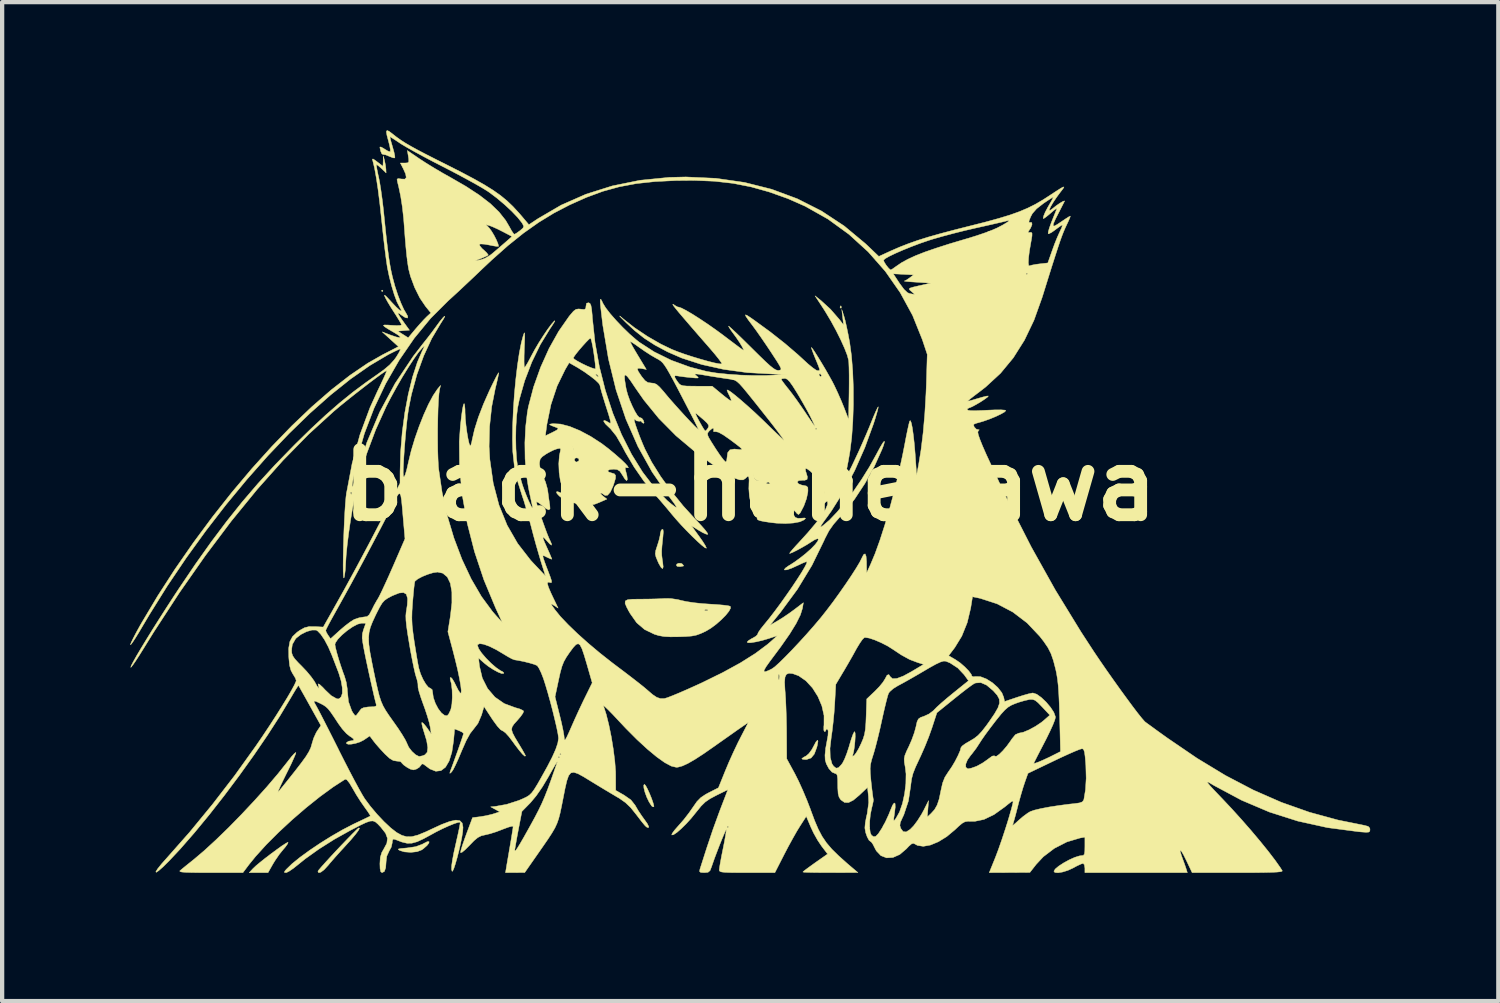
<source format=kicad_pcb>
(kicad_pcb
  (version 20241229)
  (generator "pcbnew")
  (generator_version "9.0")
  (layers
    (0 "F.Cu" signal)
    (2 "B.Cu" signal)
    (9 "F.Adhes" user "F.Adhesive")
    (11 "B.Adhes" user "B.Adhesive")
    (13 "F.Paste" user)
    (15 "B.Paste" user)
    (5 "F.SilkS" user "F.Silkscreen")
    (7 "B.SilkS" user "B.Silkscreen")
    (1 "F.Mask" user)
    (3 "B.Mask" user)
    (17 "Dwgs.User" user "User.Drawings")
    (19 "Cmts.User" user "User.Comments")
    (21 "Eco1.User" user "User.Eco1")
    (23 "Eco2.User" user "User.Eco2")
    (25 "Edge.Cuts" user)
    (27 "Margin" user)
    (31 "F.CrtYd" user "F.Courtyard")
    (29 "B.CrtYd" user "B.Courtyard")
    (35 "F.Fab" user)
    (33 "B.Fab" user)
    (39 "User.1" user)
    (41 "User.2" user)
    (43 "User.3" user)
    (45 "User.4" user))
  (footprint "black-hanekawa"
    (layer "F.Cu")
    (at 14.519 8.315)
    (property "Reference" "black-hanekawa" (at 0 0 0) (layer "F.SilkS") (effects (font (size 1.524 1.524) (thickness 0.3))))
    (attr exclude_from_pos_files exclude_from_bom allow_missing_courtyard dnp)
    (fp_poly (pts (xy -8.6 -4.554) (xy -8.618 -4.536) (xy -8.636 -4.554) (xy -8.618 -4.572) (xy -8.6 -4.554)) (stroke (width 0.01) (type solid)) (fill yes) (layer "F.SilkS"))
    (fp_poly (pts (xy 2.129 -4.197) (xy 2.133 -4.154) (xy 2.129 -4.149) (xy 2.107 -4.154) (xy 2.105 -4.173) (xy 2.118 -4.203) (xy 2.129 -4.197)) (stroke (width 0.01) (type solid)) (fill yes) (layer "F.SilkS"))
    (fp_poly (pts (xy -1.615 1.829) (xy -1.587 1.846) (xy -1.56 1.883) (xy -1.562 1.89) (xy -1.607 1.898) (xy -1.642 1.905) (xy -1.706 1.899) (xy -1.726 1.883) (xy -1.721 1.846) (xy -1.674 1.825) (xy -1.615 1.829)) (stroke (width 0.01) (type solid)) (fill yes) (layer "F.SilkS"))
    (fp_poly (pts (xy -2.448 7.034) (xy -2.405 7.114) (xy -2.356 7.221) (xy -2.309 7.337) (xy -2.273 7.441) (xy -2.255 7.512) (xy -2.257 7.53) (xy -2.292 7.524) (xy -2.313 7.503) (xy -2.37 7.413) (xy -2.423 7.303) (xy -2.465 7.188) (xy -2.49 7.088) (xy -2.493 7.021) (xy -2.476 7.003) (xy -2.448 7.034)) (stroke (width 0.01) (type solid)) (fill yes) (layer "F.SilkS"))
    (fp_poly (pts (xy 1.587 5.994) (xy 1.572 6.086) (xy 1.559 6.138) (xy 1.501 6.294) (xy 1.425 6.386) (xy 1.322 6.421) (xy 1.295 6.423) (xy 1.226 6.416) (xy 1.208 6.4) (xy 1.209 6.399) (xy 1.257 6.366) (xy 1.315 6.335) (xy 1.377 6.28) (xy 1.446 6.184) (xy 1.481 6.119) (xy 1.539 6.01) (xy 1.576 5.968) (xy 1.587 5.994)) (stroke (width 0.01) (type solid)) (fill yes) (layer "F.SilkS"))
    (fp_poly (pts (xy -10.822 8.361) (xy -10.834 8.396) (xy -10.883 8.466) (xy -10.934 8.526) (xy -11.028 8.642) (xy -11.126 8.785) (xy -11.179 8.871) (xy -11.292 9.071) (xy -11.733 9.071) (xy -11.645 8.977) (xy -11.579 8.914) (xy -11.477 8.829) (xy -11.353 8.73) (xy -11.218 8.627) (xy -11.086 8.53) (xy -10.969 8.446) (xy -10.878 8.387) (xy -10.828 8.361) (xy -10.822 8.361)) (stroke (width 0.01) (type solid)) (fill yes) (layer "F.SilkS"))
    (fp_poly (pts (xy -7.524 8.378) (xy -7.569 8.436) (xy -7.651 8.508) (xy -7.692 8.538) (xy -7.801 8.58) (xy -7.946 8.596) (xy -8.097 8.585) (xy -8.201 8.554) (xy -8.24 8.532) (xy -8.237 8.517) (xy -8.18 8.506) (xy -8.062 8.495) (xy -8.037 8.493) (xy -7.833 8.463) (xy -7.679 8.406) (xy -7.647 8.388) (xy -7.561 8.344) (xy -7.521 8.344) (xy -7.524 8.378)) (stroke (width 0.01) (type solid)) (fill yes) (layer "F.SilkS"))
    (fp_poly (pts (xy -2.042 1.036) (xy -2.035 1.091) (xy -2.044 1.207) (xy -2.049 1.255) (xy -2.066 1.421) (xy -2.074 1.54) (xy -2.072 1.636) (xy -2.06 1.735) (xy -2.049 1.805) (xy -2.038 1.912) (xy -2.052 1.952) (xy -2.086 1.926) (xy -2.139 1.836) (xy -2.164 1.781) (xy -2.207 1.678) (xy -2.223 1.605) (xy -2.213 1.53) (xy -2.178 1.421) (xy -2.174 1.41) (xy -2.136 1.287) (xy -2.111 1.181) (xy -2.106 1.136) (xy -2.087 1.061) (xy -2.063 1.031) (xy -2.042 1.036)) (stroke (width 0.01) (type solid)) (fill yes) (layer "F.SilkS"))
    (fp_poly (pts (xy -9.15 8.031) (xy -9.176 8.083) (xy -9.243 8.173) (xy -9.345 8.295) (xy -9.478 8.442) (xy -9.481 8.445) (xy -9.609 8.585) (xy -9.736 8.727) (xy -9.842 8.849) (xy -9.883 8.899) (xy -9.976 9) (xy -10.054 9.06) (xy -10.106 9.074) (xy -10.124 9.04) (xy -10.1 9.005) (xy -10.035 8.929) (xy -9.939 8.822) (xy -9.82 8.692) (xy -9.689 8.551) (xy -9.554 8.409) (xy -9.426 8.276) (xy -9.314 8.161) (xy -9.228 8.076) (xy -9.176 8.029) (xy -9.168 8.024) (xy -9.15 8.031)) (stroke (width 0.01) (type solid)) (fill yes) (layer "F.SilkS"))
    (fp_poly (pts (xy -1.86 2.652) (xy -1.698 2.676) (xy -1.615 2.697) (xy -1.489 2.724) (xy -1.315 2.75) (xy -1.118 2.771) (xy -0.955 2.782) (xy -0.78 2.793) (xy -0.63 2.806) (xy -0.521 2.82) (xy -0.468 2.833) (xy -0.468 2.833) (xy -0.459 2.875) (xy -0.498 2.949) (xy -0.574 3.044) (xy -0.678 3.149) (xy -0.798 3.254) (xy -0.923 3.347) (xy -1.044 3.419) (xy -1.045 3.419) (xy -1.162 3.473) (xy -1.262 3.509) (xy -1.368 3.53) (xy -1.502 3.541) (xy -1.668 3.547) (xy -1.869 3.549) (xy -2.02 3.541) (xy -2.143 3.519) (xy -2.242 3.489) (xy -2.473 3.378) (xy -2.659 3.219) (xy -2.812 3.002) (xy -2.818 2.992) (xy -2.852 2.93) (xy -1.073 2.93) (xy -1.037 2.936) (xy -0.99 2.93) (xy -0.99 2.917) (xy -1.038 2.909) (xy -1.059 2.914) (xy -1.073 2.93) (xy -2.852 2.93) (xy -2.892 2.856) (xy -2.93 2.765) (xy -2.925 2.709) (xy -2.869 2.679) (xy -2.757 2.668) (xy -2.58 2.666) (xy -2.549 2.666) (xy -2.368 2.664) (xy -2.195 2.66) (xy -2.056 2.654) (xy -1.996 2.65) (xy -1.86 2.652)) (stroke (width 0.01) (type solid)) (fill yes) (layer "F.SilkS"))
    (fp_poly (pts (xy -8.457 -8.29) (xy -8.373 -8.226) (xy -8.373 -8.226) (xy -8.28 -8.153) (xy -8.183 -8.084) (xy -8.074 -8.014) (xy -7.943 -7.938) (xy -7.781 -7.849) (xy -7.578 -7.743) (xy -7.326 -7.615) (xy -7.112 -7.508) (xy -6.762 -7.33) (xy -6.469 -7.175) (xy -6.225 -7.037) (xy -6.021 -6.91) (xy -5.847 -6.787) (xy -5.696 -6.663) (xy -5.557 -6.53) (xy -5.423 -6.385) (xy -5.362 -6.315) (xy -5.183 -6.103) (xy -4.971 -6.244) (xy -4.428 -6.561) (xy -3.847 -6.817) (xy -3.231 -7.011) (xy -2.582 -7.143) (xy -1.902 -7.211) (xy -1.506 -7.221) (xy -0.803 -7.189) (xy -0.134 -7.093) (xy 0.502 -6.933) (xy 1.103 -6.71) (xy 1.67 -6.423) (xy 2.201 -6.073) (xy 2.697 -5.66) (xy 2.741 -5.619) (xy 3.012 -5.36) (xy 3.293 -5.489) (xy 3.495 -5.577) (xy 3.702 -5.658) (xy 3.923 -5.736) (xy 4.172 -5.814) (xy 4.458 -5.895) (xy 4.795 -5.984) (xy 5.15 -6.074) (xy 5.518 -6.167) (xy 5.826 -6.252) (xy 6.085 -6.331) (xy 6.306 -6.41) (xy 6.501 -6.493) (xy 6.681 -6.583) (xy 6.857 -6.686) (xy 6.992 -6.773) (xy 7.156 -6.881) (xy 7.266 -6.951) (xy 7.327 -6.985) (xy 7.347 -6.986) (xy 7.331 -6.954) (xy 7.286 -6.894) (xy 7.269 -6.873) (xy 7.176 -6.747) (xy 7.093 -6.623) (xy 7.032 -6.519) (xy 7.004 -6.451) (xy 7.003 -6.443) (xy 7.026 -6.44) (xy 7.081 -6.479) (xy 7.085 -6.482) (xy 7.163 -6.545) (xy 7.247 -6.603) (xy 7.317 -6.645) (xy 7.358 -6.661) (xy 7.361 -6.653) (xy 7.338 -6.607) (xy 7.292 -6.517) (xy 7.234 -6.404) (xy 7.15 -6.239) (xy 7.103 -6.132) (xy 7.093 -6.077) (xy 7.121 -6.071) (xy 7.188 -6.107) (xy 7.279 -6.168) (xy 7.383 -6.238) (xy 7.46 -6.287) (xy 7.496 -6.304) (xy 7.497 -6.304) (xy 7.487 -6.269) (xy 7.452 -6.187) (xy 7.4 -6.077) (xy 7.369 -6.01) (xy 7.336 -5.932) (xy 7.299 -5.837) (xy 7.256 -5.717) (xy 7.205 -5.565) (xy 7.143 -5.374) (xy 7.067 -5.137) (xy 6.976 -4.847) (xy 6.867 -4.496) (xy 6.834 -4.392) (xy 6.645 -3.864) (xy 6.422 -3.398) (xy 6.162 -2.986) (xy 5.862 -2.623) (xy 5.516 -2.304) (xy 5.377 -2.196) (xy 5.255 -2.104) (xy 5.16 -2.03) (xy 5.103 -1.983) (xy 5.093 -1.971) (xy 5.129 -1.976) (xy 5.215 -1.999) (xy 5.332 -2.034) (xy 5.451 -2.068) (xy 5.539 -2.089) (xy 5.577 -2.091) (xy 5.558 -2.066) (xy 5.493 -2.018) (xy 5.401 -1.957) (xy 5.3 -1.897) (xy 5.207 -1.846) (xy 5.141 -1.817) (xy 5.126 -1.814) (xy 5.084 -1.789) (xy 5.08 -1.773) (xy 5.103 -1.756) (xy 5.176 -1.747) (xy 5.307 -1.748) (xy 5.502 -1.756) (xy 5.534 -1.758) (xy 5.729 -1.766) (xy 5.875 -1.767) (xy 5.963 -1.76) (xy 5.987 -1.749) (xy 5.956 -1.717) (xy 5.872 -1.669) (xy 5.753 -1.612) (xy 5.615 -1.555) (xy 5.475 -1.505) (xy 5.407 -1.484) (xy 5.299 -1.454) (xy 5.245 -1.434) (xy 5.231 -1.413) (xy 5.241 -1.38) (xy 5.246 -1.366) (xy 5.296 -1.314) (xy 5.329 -1.306) (xy 5.365 -1.298) (xy 5.342 -1.276) (xy 5.33 -1.247) (xy 5.341 -1.185) (xy 5.377 -1.08) (xy 5.439 -0.926) (xy 5.528 -0.723) (xy 6.044 0.388) (xy 6.581 1.442) (xy 7.146 2.453) (xy 7.748 3.435) (xy 8.047 3.894) (xy 8.188 4.103) (xy 8.341 4.325) (xy 8.501 4.552) (xy 8.66 4.775) (xy 8.814 4.986) (xy 8.954 5.176) (xy 9.075 5.335) (xy 9.171 5.455) (xy 9.235 5.528) (xy 9.25 5.542) (xy 9.298 5.578) (xy 9.394 5.647) (xy 9.525 5.743) (xy 9.681 5.855) (xy 9.779 5.925) (xy 10.464 6.392) (xy 11.131 6.796) (xy 11.787 7.139) (xy 12.44 7.425) (xy 13.097 7.657) (xy 13.768 7.84) (xy 14.378 7.963) (xy 14.472 7.988) (xy 14.51 8.03) (xy 14.514 8.062) (xy 14.51 8.1) (xy 14.486 8.121) (xy 14.427 8.126) (xy 14.319 8.119) (xy 14.251 8.113) (xy 13.519 8.017) (xy 12.825 7.864) (xy 12.159 7.652) (xy 11.509 7.376) (xy 10.865 7.032) (xy 10.777 6.98) (xy 10.725 6.951) (xy 10.704 6.949) (xy 10.72 6.978) (xy 10.775 7.044) (xy 10.874 7.15) (xy 11.019 7.302) (xy 11.049 7.333) (xy 11.274 7.572) (xy 11.503 7.825) (xy 11.728 8.082) (xy 11.94 8.334) (xy 12.13 8.569) (xy 12.291 8.779) (xy 12.413 8.952) (xy 12.46 9.026) (xy 12.454 9.04) (xy 12.414 9.05) (xy 12.334 9.058) (xy 12.207 9.064) (xy 12.028 9.068) (xy 11.79 9.071) (xy 11.487 9.071) (xy 11.418 9.071) (xy 10.349 9.071) (xy 10.218 8.794) (xy 10.147 8.652) (xy 10.096 8.567) (xy 10.07 8.54) (xy 10.07 8.573) (xy 10.098 8.669) (xy 10.12 8.729) (xy 10.164 8.849) (xy 10.2 8.953) (xy 10.212 8.99) (xy 10.237 9.071) (xy 7.838 9.071) (xy 7.838 8.963) (xy 7.825 8.886) (xy 7.796 8.854) (xy 7.795 8.854) (xy 7.743 8.871) (xy 7.65 8.914) (xy 7.56 8.963) (xy 7.44 9.018) (xy 7.318 9.056) (xy 7.211 9.074) (xy 7.136 9.068) (xy 7.112 9.039) (xy 7.143 8.987) (xy 7.224 8.919) (xy 7.339 8.844) (xy 7.47 8.772) (xy 7.599 8.714) (xy 7.71 8.679) (xy 7.756 8.673) (xy 7.802 8.667) (xy 7.826 8.637) (xy 7.836 8.567) (xy 7.838 8.455) (xy 7.838 8.239) (xy 7.72 8.261) (xy 7.415 8.352) (xy 7.123 8.502) (xy 6.865 8.698) (xy 6.697 8.878) (xy 6.55 9.066) (xy 6.074 9.069) (xy 5.598 9.071) (xy 5.741 8.718) (xy 5.814 8.525) (xy 5.895 8.293) (xy 5.977 8.044) (xy 6.003 7.963) (xy 6.143 7.963) (xy 6.155 7.961) (xy 6.208 7.918) (xy 6.281 7.851) (xy 6.39 7.757) (xy 6.5 7.676) (xy 6.559 7.641) (xy 6.654 7.608) (xy 6.808 7.571) (xy 7.007 7.533) (xy 7.236 7.498) (xy 7.481 7.466) (xy 7.589 7.455) (xy 7.71 7.438) (xy 7.777 7.414) (xy 7.808 7.374) (xy 7.815 7.353) (xy 7.852 7.131) (xy 7.868 6.86) (xy 7.86 6.562) (xy 7.857 6.517) (xy 7.843 6.353) (xy 7.829 6.25) (xy 7.81 6.193) (xy 7.785 6.171) (xy 7.767 6.169) (xy 7.715 6.184) (xy 7.61 6.226) (xy 7.463 6.29) (xy 7.286 6.371) (xy 7.105 6.457) (xy 6.505 6.745) (xy 6.43 6.956) (xy 6.388 7.084) (xy 6.337 7.256) (xy 6.285 7.443) (xy 6.259 7.546) (xy 6.218 7.705) (xy 6.181 7.839) (xy 6.154 7.931) (xy 6.143 7.963) (xy 6.003 7.963) (xy 6.053 7.801) (xy 6.115 7.586) (xy 6.147 7.463) (xy 6.157 7.412) (xy 6.149 7.394) (xy 6.112 7.412) (xy 6.037 7.47) (xy 5.961 7.532) (xy 5.708 7.713) (xy 5.475 7.825) (xy 5.258 7.87) (xy 5.19 7.87) (xy 5.099 7.868) (xy 5.03 7.879) (xy 4.964 7.915) (xy 4.882 7.984) (xy 4.793 8.068) (xy 4.601 8.228) (xy 4.406 8.348) (xy 4.22 8.425) (xy 4.053 8.455) (xy 3.915 8.433) (xy 3.867 8.406) (xy 3.824 8.385) (xy 3.78 8.396) (xy 3.718 8.449) (xy 3.656 8.515) (xy 3.502 8.646) (xy 3.344 8.716) (xy 3.194 8.725) (xy 3.06 8.673) (xy 2.953 8.56) (xy 2.918 8.494) (xy 2.873 8.405) (xy 2.835 8.352) (xy 2.824 8.346) (xy 2.783 8.314) (xy 2.74 8.235) (xy 2.704 8.133) (xy 2.686 8.031) (xy 2.686 8.019) (xy 2.797 8.019) (xy 2.811 8.134) (xy 2.838 8.193) (xy 2.89 8.23) (xy 2.941 8.221) (xy 3.001 8.159) (xy 3.08 8.038) (xy 3.081 8.037) (xy 3.118 7.969) (xy 3.505 7.969) (xy 3.526 8.036) (xy 3.581 8.11) (xy 3.653 8.118) (xy 3.745 8.059) (xy 3.828 7.974) (xy 3.918 7.854) (xy 4.012 7.705) (xy 4.068 7.602) (xy 4.177 7.384) (xy 4.147 7.768) (xy 4.236 7.685) (xy 4.318 7.594) (xy 4.378 7.488) (xy 4.425 7.347) (xy 4.465 7.154) (xy 4.466 7.148) (xy 4.506 6.971) (xy 4.559 6.837) (xy 4.637 6.716) (xy 4.639 6.713) (xy 4.719 6.597) (xy 4.76 6.528) (xy 5.048 6.528) (xy 5.048 6.602) (xy 5.091 6.638) (xy 5.107 6.639) (xy 5.179 6.624) (xy 5.281 6.588) (xy 5.316 6.573) (xy 5.443 6.503) (xy 5.566 6.417) (xy 5.582 6.404) (xy 5.668 6.342) (xy 5.718 6.334) (xy 5.73 6.346) (xy 5.767 6.346) (xy 5.833 6.299) (xy 5.918 6.215) (xy 6.01 6.107) (xy 6.098 5.986) (xy 6.127 5.942) (xy 6.211 5.839) (xy 6.289 5.805) (xy 6.393 5.784) (xy 6.53 5.727) (xy 6.679 5.646) (xy 6.818 5.553) (xy 6.874 5.508) (xy 7.017 5.382) (xy 6.838 5.191) (xy 6.741 5.091) (xy 6.673 5.036) (xy 6.614 5.015) (xy 6.546 5.016) (xy 6.532 5.018) (xy 6.425 5.042) (xy 6.288 5.082) (xy 6.205 5.112) (xy 6.115 5.15) (xy 6.039 5.196) (xy 5.964 5.261) (xy 5.876 5.357) (xy 5.763 5.497) (xy 5.728 5.542) (xy 5.612 5.694) (xy 5.504 5.84) (xy 5.418 5.964) (xy 5.368 6.042) (xy 5.289 6.163) (xy 5.193 6.289) (xy 5.164 6.323) (xy 5.088 6.43) (xy 5.048 6.528) (xy 4.76 6.528) (xy 4.799 6.462) (xy 4.868 6.327) (xy 4.917 6.214) (xy 4.935 6.143) (xy 4.964 6.105) (xy 5.042 6.048) (xy 5.144 5.989) (xy 5.246 5.928) (xy 5.335 5.858) (xy 5.423 5.765) (xy 5.526 5.633) (xy 5.597 5.534) (xy 5.722 5.351) (xy 5.802 5.211) (xy 5.839 5.101) (xy 5.833 5.007) (xy 5.786 4.918) (xy 5.7 4.82) (xy 5.686 4.806) (xy 5.535 4.679) (xy 5.401 4.621) (xy 5.28 4.629) (xy 5.242 4.645) (xy 5.182 4.685) (xy 5.08 4.76) (xy 4.948 4.862) (xy 4.8 4.98) (xy 4.764 5.009) (xy 4.372 5.326) (xy 4.253 5.69) (xy 4.182 5.889) (xy 4.091 6.116) (xy 3.996 6.332) (xy 3.956 6.417) (xy 3.87 6.602) (xy 3.813 6.747) (xy 3.78 6.873) (xy 3.762 7.004) (xy 3.76 7.028) (xy 3.705 7.393) (xy 3.597 7.717) (xy 3.562 7.791) (xy 3.515 7.895) (xy 3.505 7.969) (xy 3.118 7.969) (xy 3.164 7.885) (xy 3.244 7.712) (xy 3.283 7.614) (xy 3.334 7.491) (xy 3.372 7.439) (xy 3.393 7.455) (xy 3.396 7.538) (xy 3.38 7.678) (xy 3.363 7.793) (xy 3.36 7.846) (xy 3.374 7.848) (xy 3.407 7.807) (xy 3.414 7.798) (xy 3.497 7.65) (xy 3.566 7.451) (xy 3.616 7.222) (xy 3.645 6.984) (xy 3.649 6.758) (xy 3.63 6.599) (xy 3.61 6.486) (xy 3.606 6.404) (xy 3.622 6.326) (xy 3.662 6.227) (xy 3.714 6.12) (xy 3.783 5.962) (xy 3.843 5.796) (xy 3.881 5.658) (xy 3.881 5.657) (xy 3.907 5.54) (xy 3.938 5.474) (xy 3.989 5.437) (xy 4.07 5.409) (xy 4.189 5.354) (xy 4.293 5.275) (xy 4.308 5.258) (xy 4.371 5.194) (xy 4.476 5.099) (xy 4.61 4.984) (xy 4.755 4.865) (xy 5.112 4.577) (xy 5.009 4.435) (xy 4.861 4.278) (xy 4.68 4.16) (xy 4.579 4.119) (xy 4.528 4.117) (xy 4.455 4.139) (xy 4.348 4.189) (xy 4.198 4.272) (xy 4.071 4.347) (xy 3.895 4.45) (xy 3.724 4.548) (xy 3.576 4.631) (xy 3.47 4.688) (xy 3.463 4.691) (xy 3.351 4.76) (xy 3.266 4.835) (xy 3.239 4.873) (xy 3.217 4.94) (xy 3.185 5.062) (xy 3.145 5.226) (xy 3.102 5.415) (xy 3.083 5.502) (xy 3.035 5.719) (xy 2.983 5.935) (xy 2.933 6.13) (xy 2.89 6.282) (xy 2.88 6.312) (xy 2.841 6.437) (xy 2.818 6.537) (xy 2.809 6.633) (xy 2.813 6.749) (xy 2.827 6.907) (xy 2.833 6.965) (xy 2.851 7.123) (xy 2.867 7.251) (xy 2.879 7.335) (xy 2.885 7.359) (xy 2.882 7.397) (xy 2.864 7.484) (xy 2.845 7.559) (xy 2.814 7.711) (xy 2.798 7.871) (xy 2.797 8.019) (xy 2.686 8.019) (xy 2.686 8.012) (xy 2.695 7.907) (xy 2.72 7.772) (xy 2.739 7.694) (xy 2.775 7.431) (xy 2.769 7.286) (xy 2.747 7.075) (xy 2.555 7.257) (xy 2.415 7.374) (xy 2.303 7.43) (xy 2.209 7.427) (xy 2.125 7.368) (xy 2.119 7.362) (xy 2.081 7.303) (xy 2.059 7.219) (xy 2.051 7.091) (xy 2.05 7.017) (xy 2.048 6.878) (xy 2.038 6.796) (xy 2.019 6.758) (xy 1.989 6.749) (xy 1.916 6.717) (xy 1.842 6.634) (xy 1.782 6.521) (xy 1.756 6.431) (xy 1.751 6.318) (xy 1.767 6.161) (xy 1.767 6.159) (xy 1.868 6.159) (xy 1.874 6.37) (xy 1.915 6.522) (xy 1.952 6.578) (xy 2.011 6.624) (xy 2.067 6.614) (xy 2.134 6.544) (xy 2.164 6.503) (xy 2.209 6.415) (xy 2.262 6.281) (xy 2.313 6.126) (xy 2.326 6.079) (xy 2.368 5.941) (xy 2.406 5.835) (xy 2.436 5.776) (xy 2.445 5.769) (xy 2.457 5.802) (xy 2.459 5.885) (xy 2.453 5.998) (xy 2.441 6.12) (xy 2.424 6.23) (xy 2.405 6.304) (xy 2.395 6.347) (xy 2.425 6.333) (xy 2.438 6.322) (xy 2.481 6.267) (xy 2.54 6.167) (xy 2.597 6.05) (xy 2.645 5.937) (xy 2.677 5.832) (xy 2.697 5.713) (xy 2.709 5.56) (xy 2.715 5.414) (xy 2.729 5.004) (xy 2.921 4.822) (xy 3.024 4.716) (xy 3.109 4.612) (xy 3.158 4.534) (xy 3.205 4.447) (xy 3.247 4.433) (xy 3.279 4.481) (xy 3.332 4.529) (xy 3.435 4.524) (xy 3.586 4.467) (xy 3.776 4.364) (xy 4.062 4.193) (xy 3.927 4.153) (xy 3.734 4.08) (xy 3.57 3.99) (xy 4.647 3.99) (xy 4.808 4.084) (xy 4.916 4.158) (xy 5.023 4.251) (xy 5.115 4.345) (xy 5.175 4.425) (xy 5.189 4.465) (xy 5.219 4.484) (xy 5.279 4.478) (xy 5.394 4.482) (xy 5.531 4.535) (xy 5.671 4.623) (xy 5.797 4.735) (xy 5.893 4.858) (xy 5.937 4.966) (xy 5.957 5.064) (xy 6.253 4.964) (xy 6.397 4.918) (xy 6.522 4.883) (xy 6.607 4.865) (xy 6.622 4.864) (xy 6.71 4.893) (xy 6.817 4.97) (xy 6.93 5.077) (xy 7.032 5.198) (xy 7.11 5.317) (xy 7.147 5.418) (xy 7.148 5.436) (xy 7.132 5.499) (xy 7.087 5.613) (xy 7.019 5.762) (xy 6.935 5.934) (xy 6.894 6.013) (xy 6.806 6.183) (xy 6.731 6.328) (xy 6.675 6.439) (xy 6.644 6.502) (xy 6.64 6.513) (xy 6.67 6.51) (xy 6.751 6.481) (xy 6.867 6.431) (xy 7.005 6.367) (xy 7.089 6.325) (xy 7.266 6.236) (xy 7.247 5.431) (xy 7.238 5.131) (xy 7.227 4.891) (xy 7.214 4.698) (xy 7.196 4.538) (xy 7.173 4.399) (xy 7.154 4.311) (xy 7.1 4.103) (xy 7.044 3.942) (xy 6.973 3.802) (xy 6.875 3.658) (xy 6.78 3.536) (xy 6.485 3.224) (xy 6.15 2.969) (xy 5.783 2.776) (xy 5.389 2.648) (xy 5.315 2.632) (xy 5.206 2.61) (xy 5.163 2.878) (xy 5.082 3.217) (xy 4.955 3.532) (xy 4.791 3.8) (xy 4.647 3.99) (xy 3.57 3.99) (xy 3.531 3.968) (xy 3.348 3.846) (xy 3.217 3.763) (xy 3.068 3.687) (xy 2.92 3.623) (xy 2.79 3.579) (xy 2.697 3.564) (xy 2.671 3.568) (xy 2.629 3.608) (xy 2.568 3.695) (xy 2.497 3.812) (xy 2.484 3.835) (xy 2.4 3.988) (xy 2.297 4.168) (xy 2.196 4.341) (xy 2.177 4.372) (xy 2.004 4.663) (xy 1.979 5.116) (xy 1.964 5.331) (xy 1.942 5.556) (xy 1.918 5.763) (xy 1.899 5.891) (xy 1.868 6.159) (xy 1.767 6.159) (xy 1.791 6.028) (xy 1.822 5.857) (xy 1.826 5.752) (xy 1.814 5.718) (xy 1.783 5.705) (xy 1.778 5.726) (xy 1.755 5.767) (xy 1.742 5.769) (xy 1.724 5.737) (xy 1.724 5.651) (xy 1.728 5.613) (xy 1.729 5.393) (xy 1.678 5.166) (xy 1.585 4.946) (xy 1.458 4.745) (xy 1.305 4.579) (xy 1.135 4.461) (xy 0.995 4.41) (xy 0.906 4.402) (xy 0.847 4.427) (xy 0.815 4.493) (xy 0.805 4.61) (xy 0.814 4.788) (xy 0.818 4.836) (xy 0.829 4.991) (xy 0.838 5.198) (xy 0.846 5.432) (xy 0.851 5.673) (xy 0.852 5.788) (xy 0.855 6.404) (xy 1.047 6.757) (xy 1.134 6.93) (xy 1.232 7.146) (xy 1.329 7.377) (xy 1.414 7.597) (xy 1.418 7.61) (xy 1.508 7.852) (xy 1.593 8.051) (xy 1.682 8.22) (xy 1.785 8.372) (xy 1.911 8.52) (xy 2.071 8.677) (xy 2.273 8.858) (xy 2.413 8.977) (xy 2.522 9.069) (xy 1.878 9.07) (xy 1.671 9.07) (xy 1.491 9.068) (xy 1.351 9.065) (xy 1.261 9.061) (xy 1.234 9.056) (xy 1.261 9.03) (xy 1.336 8.973) (xy 1.445 8.894) (xy 1.523 8.838) (xy 1.813 8.635) (xy 1.668 8.445) (xy 1.577 8.308) (xy 1.484 8.142) (xy 1.419 8.003) (xy 1.313 7.752) (xy 1.165 7.982) (xy 1.089 8.106) (xy 0.994 8.274) (xy 0.891 8.462) (xy 0.797 8.642) (xy 0.578 9.071) (xy -0.074 9.071) (xy -0.307 9.071) (xy -0.477 9.069) (xy -0.594 9.064) (xy -0.667 9.056) (xy -0.707 9.043) (xy -0.723 9.024) (xy -0.725 9.008) (xy -0.718 8.949) (xy -0.699 8.835) (xy -0.671 8.683) (xy -0.636 8.51) (xy -0.603 8.343) (xy -0.578 8.203) (xy -0.563 8.105) (xy -0.56 8.064) (xy -0.561 8.063) (xy -0.577 8.09) (xy -0.613 8.17) (xy -0.663 8.289) (xy -0.721 8.433) (xy -0.78 8.587) (xy -0.837 8.737) (xy -0.883 8.868) (xy -0.906 8.935) (xy -0.941 9.024) (xy -0.988 9.063) (xy -1.071 9.071) (xy -1.076 9.071) (xy -1.159 9.066) (xy -1.187 9.043) (xy -1.177 8.99) (xy -1.018 8.493) (xy -0.872 8.059) (xy -0.851 8.001) (xy -0.544 8.001) (xy -0.526 8.019) (xy -0.508 8.001) (xy -0.526 7.983) (xy -0.544 8.001) (xy -0.851 8.001) (xy -0.734 7.679) (xy -0.698 7.583) (xy -0.523 7.128) (xy -0.797 7.263) (xy -0.943 7.341) (xy -1.052 7.416) (xy -1.149 7.511) (xy -1.257 7.644) (xy -1.27 7.66) (xy -1.381 7.797) (xy -1.499 7.927) (xy -1.615 8.041) (xy -1.717 8.13) (xy -1.795 8.182) (xy -1.838 8.189) (xy -1.838 8.189) (xy -1.827 8.153) (xy -1.775 8.081) (xy -1.692 7.986) (xy -1.677 7.969) (xy -1.556 7.831) (xy -1.43 7.668) (xy -1.343 7.543) (xy -1.248 7.407) (xy -1.157 7.314) (xy -1.045 7.239) (xy -0.969 7.198) (xy -0.744 7.084) (xy -0.585 6.69) (xy -0.497 6.48) (xy -0.391 6.245) (xy -0.285 6.022) (xy -0.235 5.924) (xy -0.044 5.553) (xy -0.212 5.669) (xy -0.303 5.732) (xy -0.437 5.827) (xy -0.599 5.941) (xy -0.772 6.063) (xy -0.835 6.108) (xy -1.089 6.285) (xy -1.295 6.419) (xy -1.46 6.514) (xy -1.589 6.573) (xy -1.691 6.601) (xy -1.732 6.604) (xy -1.848 6.576) (xy -2.003 6.493) (xy -2.191 6.359) (xy -2.408 6.179) (xy -2.651 5.955) (xy -2.912 5.693) (xy -3.092 5.502) (xy -3.217 5.368) (xy -3.321 5.262) (xy -3.396 5.19) (xy -3.433 5.161) (xy -3.436 5.166) (xy -3.372 5.364) (xy -3.31 5.613) (xy -3.253 5.893) (xy -3.206 6.182) (xy -3.171 6.459) (xy -3.152 6.703) (xy -3.151 6.787) (xy -3.15 7.145) (xy -2.955 7.256) (xy -2.794 7.368) (xy -2.694 7.495) (xy -2.688 7.506) (xy -2.624 7.616) (xy -2.538 7.745) (xy -2.485 7.818) (xy -2.409 7.926) (xy -2.376 7.995) (xy -2.387 8.02) (xy -2.431 8.001) (xy -2.47 7.962) (xy -2.539 7.879) (xy -2.626 7.766) (xy -2.668 7.711) (xy -2.796 7.551) (xy -2.92 7.432) (xy -3.063 7.331) (xy -3.11 7.304) (xy -3.246 7.223) (xy -3.419 7.12) (xy -3.602 7.009) (xy -3.725 6.934) (xy -3.901 6.826) (xy -4.033 6.754) (xy -4.13 6.722) (xy -4.2 6.735) (xy -4.252 6.799) (xy -4.294 6.918) (xy -4.336 7.099) (xy -4.381 7.329) (xy -4.42 7.526) (xy -4.453 7.682) (xy -4.486 7.808) (xy -4.525 7.919) (xy -4.575 8.027) (xy -4.644 8.145) (xy -4.736 8.286) (xy -4.858 8.463) (xy -4.989 8.651) (xy -5.28 9.068) (xy -5.505 9.07) (xy -5.731 9.071) (xy -5.714 8.972) (xy -5.702 8.897) (xy -5.68 8.769) (xy -5.652 8.607) (xy -5.641 8.543) (xy -5.515 8.543) (xy -5.509 8.562) (xy -5.488 8.547) (xy -5.449 8.491) (xy -5.387 8.39) (xy -5.299 8.238) (xy -5.182 8.029) (xy -5.142 7.957) (xy -5.042 7.774) (xy -4.958 7.612) (xy -4.883 7.457) (xy -4.813 7.295) (xy -4.741 7.112) (xy -4.662 6.895) (xy -4.569 6.629) (xy -4.516 6.477) (xy -4.523 6.479) (xy -4.56 6.536) (xy -4.62 6.638) (xy -4.698 6.776) (xy -4.722 6.82) (xy -4.867 7.063) (xy -5.011 7.271) (xy -5.143 7.429) (xy -5.15 7.437) (xy -5.347 7.638) (xy -5.431 8.074) (xy -5.463 8.244) (xy -5.489 8.39) (xy -5.507 8.494) (xy -5.515 8.543) (xy -5.515 8.543) (xy -5.641 8.543) (xy -5.625 8.447) (xy -5.596 8.278) (xy -5.573 8.135) (xy -5.557 8.033) (xy -5.552 7.988) (xy -5.582 7.984) (xy -5.662 8.006) (xy -5.776 8.048) (xy -5.799 8.057) (xy -5.948 8.114) (xy -6.097 8.161) (xy -6.207 8.187) (xy -6.298 8.208) (xy -6.379 8.249) (xy -6.467 8.322) (xy -6.575 8.433) (xy -6.679 8.537) (xy -6.75 8.595) (xy -6.782 8.602) (xy -6.784 8.596) (xy -6.772 8.539) (xy -6.74 8.432) (xy -6.691 8.29) (xy -6.644 8.16) (xy -6.503 7.783) (xy -6.323 7.761) (xy -6.182 7.737) (xy -6.044 7.704) (xy -6.005 7.692) (xy -5.866 7.647) (xy -5.972 7.588) (xy -6.078 7.53) (xy -5.969 7.52) (xy -5.703 7.472) (xy -5.421 7.381) (xy -5.329 7.342) (xy -5.242 7.301) (xy -5.175 7.259) (xy -5.117 7.203) (xy -5.056 7.12) (xy -4.981 6.998) (xy -4.905 6.864) (xy -4.749 6.584) (xy -4.638 6.368) (xy -4.499 6.368) (xy -4.481 6.386) (xy -4.463 6.368) (xy -4.481 6.35) (xy -4.499 6.368) (xy -4.638 6.368) (xy -4.633 6.357) (xy -4.605 6.296) (xy -4.463 6.296) (xy -4.445 6.314) (xy -4.427 6.296) (xy -4.445 6.277) (xy -4.463 6.296) (xy -4.605 6.296) (xy -4.553 6.177) (xy -4.506 6.037) (xy -4.49 5.931) (xy -4.49 5.915) (xy -4.502 5.823) (xy -4.531 5.678) (xy -4.574 5.493) (xy -4.625 5.284) (xy -4.682 5.066) (xy -4.714 4.953) (xy -4.571 4.953) (xy -4.463 5.384) (xy -4.42 5.562) (xy -4.385 5.725) (xy -4.362 5.854) (xy -4.354 5.928) (xy -4.348 5.965) (xy -4.329 5.955) (xy -4.293 5.892) (xy -4.237 5.771) (xy -4.197 5.679) (xy -4.108 5.478) (xy -4.005 5.253) (xy -3.905 5.042) (xy -3.87 4.971) (xy -3.7 4.626) (xy -3.824 4.195) (xy -3.888 3.98) (xy -3.939 3.83) (xy -3.984 3.742) (xy -4.028 3.71) (xy -4.079 3.729) (xy -4.143 3.797) (xy -4.225 3.907) (xy -4.226 3.908) (xy -4.307 4.027) (xy -4.365 4.13) (xy -4.409 4.241) (xy -4.448 4.381) (xy -4.486 4.553) (xy -4.571 4.953) (xy -4.714 4.953) (xy -4.741 4.854) (xy -4.798 4.664) (xy -4.843 4.524) (xy -4.894 4.393) (xy -4.945 4.287) (xy -4.985 4.227) (xy -4.989 4.223) (xy -5.052 4.195) (xy -5.164 4.162) (xy -5.303 4.127) (xy -5.446 4.099) (xy -5.518 4.088) (xy -5.579 4.065) (xy -5.675 4.013) (xy -5.754 3.965) (xy -5.942 3.853) (xy -6.107 3.771) (xy -6.241 3.722) (xy -6.336 3.708) (xy -6.383 3.732) (xy -6.386 3.75) (xy -6.36 3.826) (xy -6.289 3.93) (xy -6.188 4.048) (xy -6.071 4.166) (xy -5.952 4.269) (xy -5.846 4.342) (xy -5.801 4.363) (xy -5.77 4.392) (xy -5.775 4.406) (xy -5.821 4.408) (xy -5.908 4.374) (xy -6.018 4.314) (xy -6.135 4.238) (xy -6.228 4.164) (xy -6.362 4.046) (xy -6.34 4.236) (xy -6.274 4.515) (xy -6.151 4.759) (xy -5.978 4.961) (xy -5.76 5.112) (xy -5.506 5.206) (xy -5.503 5.207) (xy -5.396 5.238) (xy -5.324 5.272) (xy -5.306 5.29) (xy -5.322 5.336) (xy -5.377 5.415) (xy -5.454 5.505) (xy -5.53 5.589) (xy -5.575 5.656) (xy -5.588 5.72) (xy -5.566 5.798) (xy -5.51 5.906) (xy -5.418 6.059) (xy -5.41 6.072) (xy -5.34 6.189) (xy -5.288 6.282) (xy -5.262 6.333) (xy -5.261 6.337) (xy -5.28 6.343) (xy -5.333 6.296) (xy -5.412 6.203) (xy -5.511 6.073) (xy -5.559 6.006) (xy -5.65 5.886) (xy -5.73 5.798) (xy -5.788 5.754) (xy -5.799 5.751) (xy -5.848 5.721) (xy -5.923 5.639) (xy -6.015 5.513) (xy -6.047 5.466) (xy -6.234 5.181) (xy -6.292 5.38) (xy -6.376 5.576) (xy -6.473 5.702) (xy -6.558 5.81) (xy -6.651 5.979) (xy -6.754 6.212) (xy -6.766 6.241) (xy -6.836 6.407) (xy -6.902 6.551) (xy -6.956 6.658) (xy -6.992 6.712) (xy -6.993 6.713) (xy -7.033 6.747) (xy -7.032 6.722) (xy -7.023 6.695) (xy -6.966 6.541) (xy -6.905 6.372) (xy -6.844 6.203) (xy -6.79 6.048) (xy -6.747 5.922) (xy -6.72 5.838) (xy -6.713 5.812) (xy -6.743 5.782) (xy -6.816 5.747) (xy -6.817 5.746) (xy -6.922 5.706) (xy -6.947 5.983) (xy -6.987 6.25) (xy -7.051 6.457) (xy -7.136 6.602) (xy -7.241 6.682) (xy -7.363 6.697) (xy -7.5 6.643) (xy -7.577 6.586) (xy -7.65 6.531) (xy -7.688 6.524) (xy -7.706 6.55) (xy -7.753 6.606) (xy -7.816 6.645) (xy -7.887 6.665) (xy -7.959 6.647) (xy -8.035 6.606) (xy -8.115 6.549) (xy -8.161 6.502) (xy -8.164 6.492) (xy -8.196 6.469) (xy -8.273 6.459) (xy -8.278 6.459) (xy -8.359 6.445) (xy -8.444 6.395) (xy -8.549 6.298) (xy -8.56 6.287) (xy -8.665 6.174) (xy -8.764 6.061) (xy -8.819 5.992) (xy -8.91 5.87) (xy -9.05 5.965) (xy -9.138 6.01) (xy -9.24 6.043) (xy -9.339 6.062) (xy -9.417 6.064) (xy -9.456 6.046) (xy -9.452 6.023) (xy -9.401 5.992) (xy -9.366 5.987) (xy -9.292 5.975) (xy -9.286 5.942) (xy -9.348 5.893) (xy -9.372 5.88) (xy -9.455 5.814) (xy -9.554 5.704) (xy -9.641 5.585) (xy -9.747 5.424) (xy -9.825 5.311) (xy -9.885 5.235) (xy -9.938 5.185) (xy -9.994 5.147) (xy -10.052 5.116) (xy -10.159 5.064) (xy -10.21 5.05) (xy -10.213 5.078) (xy -10.173 5.15) (xy -10.166 5.162) (xy -10.132 5.224) (xy -10.069 5.343) (xy -9.985 5.507) (xy -9.883 5.707) (xy -9.768 5.934) (xy -9.646 6.177) (xy -9.633 6.205) (xy -9.506 6.456) (xy -9.382 6.697) (xy -9.267 6.916) (xy -9.166 7.103) (xy -9.085 7.247) (xy -9.03 7.337) (xy -9.029 7.339) (xy -8.896 7.517) (xy -8.74 7.702) (xy -8.575 7.877) (xy -8.418 8.024) (xy -8.283 8.129) (xy -8.275 8.134) (xy -8.157 8.198) (xy -8.044 8.23) (xy -7.923 8.228) (xy -7.779 8.19) (xy -7.596 8.115) (xy -7.469 8.055) (xy -7.224 7.942) (xy -7.034 7.871) (xy -6.894 7.841) (xy -6.8 7.854) (xy -6.745 7.91) (xy -6.726 8.008) (xy -6.733 8.112) (xy -6.754 8.245) (xy -6.785 8.4) (xy -6.823 8.564) (xy -6.864 8.723) (xy -6.904 8.863) (xy -6.94 8.972) (xy -6.968 9.034) (xy -6.982 9.04) (xy -6.994 8.993) (xy -6.992 8.909) (xy -6.974 8.781) (xy -6.94 8.601) (xy -6.886 8.36) (xy -6.872 8.297) (xy -6.836 8.138) (xy -6.809 8.008) (xy -6.794 7.921) (xy -6.792 7.891) (xy -6.836 7.893) (xy -6.93 7.923) (xy -7.058 7.975) (xy -7.206 8.042) (xy -7.36 8.119) (xy -7.457 8.173) (xy -7.651 8.278) (xy -7.8 8.347) (xy -7.923 8.381) (xy -8.037 8.383) (xy -8.158 8.354) (xy -8.304 8.298) (xy -8.319 8.292) (xy -8.364 8.286) (xy -8.381 8.33) (xy -8.383 8.369) (xy -8.406 8.474) (xy -8.455 8.563) (xy -8.511 8.685) (xy -8.526 8.805) (xy -8.537 8.956) (xy -8.567 9.043) (xy -8.62 9.071) (xy -8.622 9.071) (xy -8.652 9.05) (xy -8.668 8.978) (xy -8.672 8.862) (xy -8.663 8.713) (xy -8.628 8.599) (xy -8.582 8.519) (xy -8.51 8.385) (xy -8.495 8.267) (xy -8.54 8.147) (xy -8.647 8.011) (xy -8.652 8.005) (xy -8.721 7.932) (xy -8.778 7.883) (xy -8.835 7.86) (xy -8.905 7.865) (xy -8.999 7.898) (xy -9.131 7.96) (xy -9.312 8.054) (xy -9.362 8.08) (xy -9.74 8.291) (xy -10.099 8.518) (xy -10.42 8.747) (xy -10.585 8.88) (xy -10.698 8.97) (xy -10.796 9.037) (xy -10.862 9.07) (xy -10.872 9.071) (xy -10.91 9.065) (xy -10.899 9.036) (xy -10.864 8.994) (xy -10.731 8.865) (xy -10.545 8.714) (xy -10.32 8.55) (xy -10.069 8.381) (xy -9.806 8.217) (xy -9.544 8.066) (xy -9.295 7.937) (xy -9.253 7.917) (xy -9.11 7.849) (xy -8.993 7.793) (xy -8.917 7.756) (xy -8.896 7.745) (xy -8.909 7.713) (xy -8.957 7.64) (xy -9.028 7.541) (xy -9.123 7.405) (xy -9.227 7.242) (xy -9.307 7.103) (xy -9.385 6.972) (xy -9.446 6.897) (xy -9.483 6.882) (xy -9.765 7.064) (xy -10.076 7.291) (xy -10.401 7.551) (xy -10.728 7.833) (xy -11.043 8.125) (xy -11.332 8.414) (xy -11.581 8.689) (xy -11.737 8.881) (xy -11.88 9.071) (xy -12.643 9.071) (xy -12.899 9.071) (xy -13.091 9.068) (xy -13.225 9.064) (xy -13.31 9.057) (xy -13.352 9.046) (xy -13.359 9.032) (xy -13.352 9.024) (xy -13.301 8.981) (xy -13.209 8.906) (xy -13.092 8.812) (xy -13.028 8.761) (xy -12.784 8.554) (xy -12.509 8.301) (xy -12.213 8.014) (xy -11.909 7.703) (xy -11.607 7.381) (xy -11.319 7.061) (xy -11.057 6.753) (xy -10.832 6.47) (xy -10.816 6.449) (xy -10.737 6.349) (xy -10.675 6.281) (xy -10.641 6.257) (xy -10.639 6.258) (xy -10.648 6.295) (xy -10.686 6.384) (xy -10.745 6.515) (xy -10.823 6.675) (xy -10.864 6.757) (xy -10.944 6.92) (xy -11.007 7.052) (xy -11.047 7.144) (xy -11.061 7.186) (xy -11.056 7.185) (xy -11.017 7.138) (xy -10.942 7.046) (xy -10.84 6.919) (xy -10.721 6.769) (xy -10.655 6.686) (xy -10.511 6.499) (xy -10.407 6.356) (xy -10.337 6.243) (xy -10.292 6.15) (xy -10.266 6.064) (xy -10.266 6.061) (xy -10.224 5.923) (xy -10.164 5.792) (xy -10.14 5.753) (xy -10.054 5.625) (xy -10.312 5.162) (xy -10.403 4.998) (xy -10.482 4.858) (xy -10.541 4.753) (xy -10.573 4.695) (xy -10.578 4.688) (xy -10.599 4.713) (xy -10.647 4.787) (xy -10.714 4.899) (xy -10.76 4.978) (xy -11.013 5.4) (xy -11.304 5.851) (xy -11.625 6.321) (xy -11.966 6.797) (xy -12.318 7.267) (xy -12.672 7.719) (xy -13.019 8.14) (xy -13.35 8.519) (xy -13.604 8.79) (xy -13.752 8.937) (xy -13.855 9.027) (xy -13.911 9.064) (xy -13.919 9.049) (xy -13.878 8.983) (xy -13.787 8.869) (xy -13.653 8.718) (xy -13.125 8.12) (xy -12.593 7.472) (xy -12.072 6.796) (xy -11.58 6.11) (xy -11.421 5.878) (xy -11.26 5.636) (xy -11.107 5.4) (xy -10.967 5.177) (xy -10.844 4.977) (xy -10.745 4.807) (xy -10.674 4.676) (xy -10.637 4.593) (xy -10.632 4.572) (xy -10.651 4.516) (xy -10.7 4.434) (xy -10.711 4.418) (xy -10.756 4.333) (xy -10.786 4.222) (xy -10.803 4.063) (xy -10.806 4.016) (xy -10.808 3.854) (xy -10.741 3.854) (xy -10.736 3.929) (xy -10.714 3.994) (xy -10.666 4.065) (xy -10.581 4.158) (xy -10.504 4.235) (xy -10.387 4.358) (xy -10.284 4.482) (xy -10.21 4.585) (xy -10.195 4.611) (xy -10.146 4.699) (xy -10.11 4.748) (xy -10.096 4.75) (xy -10.111 4.699) (xy -10.12 4.65) (xy -10.087 4.661) (xy -10.012 4.73) (xy -9.952 4.794) (xy -9.813 4.926) (xy -9.691 4.995) (xy -9.647 5.005) (xy -9.608 4.983) (xy -9.579 4.952) (xy -9.552 4.872) (xy -9.553 4.743) (xy -9.58 4.583) (xy -9.632 4.409) (xy -9.645 4.372) (xy -9.699 4.233) (xy -9.761 4.071) (xy -9.799 3.973) (xy -9.881 3.783) (xy -9.91 3.729) (xy -9.725 3.729) (xy -9.713 3.798) (xy -9.683 3.917) (xy -9.64 4.066) (xy -9.589 4.226) (xy -9.537 4.378) (xy -9.502 4.47) (xy -9.46 4.614) (xy -9.436 4.769) (xy -9.434 4.815) (xy -9.408 5.068) (xy -9.332 5.279) (xy -9.304 5.327) (xy -9.259 5.388) (xy -9.229 5.392) (xy -9.195 5.349) (xy -9.139 5.273) (xy -9.108 5.234) (xy -9.05 5.207) (xy -8.95 5.191) (xy -8.904 5.189) (xy -8.804 5.185) (xy -8.76 5.168) (xy -8.758 5.132) (xy -8.76 5.125) (xy -8.78 5.051) (xy -8.811 4.921) (xy -8.85 4.75) (xy -8.894 4.555) (xy -8.939 4.35) (xy -8.982 4.15) (xy -9.019 3.972) (xy -9.047 3.83) (xy -9.049 3.821) (xy -9.076 3.665) (xy -9.085 3.579) (xy -8.937 3.579) (xy -8.93 3.729) (xy -8.904 3.913) (xy -8.86 4.145) (xy -8.823 4.329) (xy -8.769 4.585) (xy -8.724 4.783) (xy -8.685 4.938) (xy -8.644 5.061) (xy -8.597 5.168) (xy -8.539 5.27) (xy -8.465 5.382) (xy -8.369 5.518) (xy -8.351 5.543) (xy -8.242 5.698) (xy -8.149 5.841) (xy -8.08 5.957) (xy -8.043 6.032) (xy -8.041 6.039) (xy -7.997 6.135) (xy -7.922 6.232) (xy -7.836 6.31) (xy -7.759 6.349) (xy -7.747 6.35) (xy -7.667 6.333) (xy -7.618 6.312) (xy -7.564 6.251) (xy -7.551 6.142) (xy -7.577 5.981) (xy -7.633 5.797) (xy -7.67 5.677) (xy -7.69 5.59) (xy -7.689 5.552) (xy -7.688 5.552) (xy -7.651 5.579) (xy -7.593 5.648) (xy -7.564 5.688) (xy -7.469 5.824) (xy -7.494 5.661) (xy -7.517 5.557) (xy -7.56 5.409) (xy -7.616 5.239) (xy -7.658 5.124) (xy -7.713 4.968) (xy -7.755 4.835) (xy -7.778 4.742) (xy -7.78 4.705) (xy -7.782 4.646) (xy -7.804 4.548) (xy -7.82 4.498) (xy -7.846 4.408) (xy -7.879 4.262) (xy -7.917 4.076) (xy -7.957 3.867) (xy -7.982 3.719) (xy -8.022 3.479) (xy -8.048 3.297) (xy -8.062 3.16) (xy -8.063 3.115) (xy -7.924 3.115) (xy -7.917 3.278) (xy -7.896 3.461) (xy -7.87 3.647) (xy -7.839 3.841) (xy -7.809 4.024) (xy -7.782 4.177) (xy -7.762 4.279) (xy -7.761 4.282) (xy -7.721 4.413) (xy -7.663 4.544) (xy -7.597 4.656) (xy -7.534 4.732) (xy -7.491 4.753) (xy -7.449 4.785) (xy -7.439 4.838) (xy -7.421 4.969) (xy -7.374 5.105) (xy -7.307 5.232) (xy -7.231 5.332) (xy -7.154 5.39) (xy -7.097 5.396) (xy -7.061 5.356) (xy -7.021 5.273) (xy -7.009 5.241) (xy -6.986 5.122) (xy -6.977 4.964) (xy -6.981 4.797) (xy -6.998 4.648) (xy -7.021 4.563) (xy -7.028 4.511) (xy -7.012 4.499) (xy -6.98 4.53) (xy -6.932 4.609) (xy -6.886 4.702) (xy -6.835 4.802) (xy -6.793 4.862) (xy -6.772 4.87) (xy -6.766 4.811) (xy -6.779 4.692) (xy -6.809 4.523) (xy -6.853 4.311) (xy -6.912 4.068) (xy -6.964 3.864) (xy -7.08 3.429) (xy -7.021 3.061) (xy -6.986 2.754) (xy -6.987 2.498) (xy -7.023 2.294) (xy -7.094 2.147) (xy -7.199 2.059) (xy -7.322 2.032) (xy -7.425 2.047) (xy -7.55 2.085) (xy -7.677 2.136) (xy -7.783 2.192) (xy -7.847 2.243) (xy -7.855 2.257) (xy -7.864 2.31) (xy -7.877 2.419) (xy -7.891 2.569) (xy -7.906 2.74) (xy -7.92 2.945) (xy -7.924 3.115) (xy -8.063 3.115) (xy -8.065 3.057) (xy -8.058 2.973) (xy -8.051 2.932) (xy -8.031 2.801) (xy -8.024 2.676) (xy -8.026 2.642) (xy -8.054 2.551) (xy -8.118 2.512) (xy -8.224 2.523) (xy -8.378 2.585) (xy -8.406 2.599) (xy -8.497 2.648) (xy -8.564 2.696) (xy -8.62 2.759) (xy -8.677 2.852) (xy -8.748 2.991) (xy -8.775 3.046) (xy -8.845 3.197) (xy -8.896 3.326) (xy -8.926 3.449) (xy -8.937 3.579) (xy -9.085 3.579) (xy -9.087 3.557) (xy -9.081 3.473) (xy -9.059 3.392) (xy -9.054 3.376) (xy -9.002 3.229) (xy -9.104 3.229) (xy -9.196 3.253) (xy -9.313 3.315) (xy -9.44 3.403) (xy -9.56 3.504) (xy -9.657 3.604) (xy -9.715 3.691) (xy -9.725 3.729) (xy -9.91 3.729) (xy -9.97 3.616) (xy -10.058 3.487) (xy -10.135 3.407) (xy -10.146 3.401) (xy -9.942 3.401) (xy -9.923 3.45) (xy -9.885 3.512) (xy -9.828 3.594) (xy -9.61 3.396) (xy -9.489 3.293) (xy -9.372 3.204) (xy -9.281 3.146) (xy -9.271 3.141) (xy -9.157 3.102) (xy -9.048 3.084) (xy -9.044 3.084) (xy -8.972 3.074) (xy -8.921 3.03) (xy -8.87 2.935) (xy -8.868 2.931) (xy -8.807 2.808) (xy -8.741 2.692) (xy -8.725 2.668) (xy -8.688 2.601) (xy -8.628 2.479) (xy -8.552 2.316) (xy -8.464 2.123) (xy -8.372 1.914) (xy -8.368 1.906) (xy -8.085 1.253) (xy -8.128 0.763) (xy -8.149 0.519) (xy -8.166 0.344) (xy -8.184 0.236) (xy -8.208 0.192) (xy -8.241 0.208) (xy -8.289 0.282) (xy -8.355 0.412) (xy -8.432 0.569) (xy -8.539 0.782) (xy -8.675 1.044) (xy -8.831 1.341) (xy -9 1.661) (xy -9.175 1.988) (xy -9.349 2.31) (xy -9.515 2.611) (xy -9.664 2.879) (xy -9.712 2.965) (xy -9.798 3.12) (xy -9.87 3.252) (xy -9.92 3.35) (xy -9.942 3.399) (xy -9.942 3.401) (xy -10.146 3.401) (xy -10.166 3.391) (xy -10.264 3.39) (xy -10.391 3.427) (xy -10.52 3.492) (xy -10.628 3.575) (xy -10.649 3.598) (xy -10.723 3.728) (xy -10.741 3.854) (xy -10.808 3.854) (xy -10.808 3.813) (xy -10.781 3.661) (xy -10.718 3.543) (xy -10.612 3.442) (xy -10.548 3.397) (xy -10.439 3.336) (xy -10.337 3.31) (xy -10.205 3.309) (xy -10.197 3.309) (xy -9.999 3.32) (xy -9.806 2.978) (xy -9.516 2.46) (xy -9.219 1.915) (xy -8.928 1.369) (xy -8.657 0.849) (xy -8.568 0.674) (xy -8.201 -0.048) (xy -8.2 -0.323) (xy -8.187 -0.784) (xy -8.149 -1.249) (xy -8.088 -1.704) (xy -8.007 -2.137) (xy -7.908 -2.535) (xy -7.794 -2.885) (xy -7.685 -3.139) (xy -7.642 -3.227) (xy -7.631 -3.258) (xy -7.653 -3.243) (xy -7.685 -3.211) (xy -7.771 -3.11) (xy -7.881 -2.955) (xy -8.009 -2.759) (xy -8.147 -2.535) (xy -8.286 -2.293) (xy -8.421 -2.047) (xy -8.525 -1.845) (xy -8.77 -1.304) (xy -8.986 -0.729) (xy -9.162 -0.15) (xy -9.266 0.29) (xy -9.316 0.554) (xy -9.363 0.841) (xy -9.405 1.131) (xy -9.439 1.407) (xy -9.463 1.65) (xy -9.475 1.841) (xy -9.475 1.849) (xy -9.483 1.985) (xy -9.499 2.109) (xy -9.509 2.159) (xy -9.52 2.17) (xy -9.527 2.118) (xy -9.532 2.012) (xy -9.533 1.864) (xy -9.531 1.682) (xy -9.527 1.475) (xy -9.521 1.255) (xy -9.513 1.03) (xy -9.503 0.81) (xy -9.492 0.605) (xy -9.48 0.424) (xy -9.467 0.277) (xy -9.457 0.198) (xy -9.454 0.181) (xy -9.362 0.181) (xy -9.348 0.211) (xy -9.338 0.206) (xy -9.333 0.163) (xy -9.338 0.157) (xy -9.359 0.162) (xy -9.362 0.181) (xy -9.454 0.181) (xy -9.423 0.018) (xy -9.32 0.018) (xy -9.312 0.035) (xy -9.289 -0.014) (xy -9.252 -0.131) (xy -9.217 -0.254) (xy -8.978 -1.002) (xy -8.678 -1.713) (xy -8.316 -2.386) (xy -7.892 -3.02) (xy -7.678 -3.298) (xy -7.565 -3.44) (xy -7.455 -3.583) (xy -7.367 -3.703) (xy -7.34 -3.74) (xy -7.264 -3.843) (xy -7.194 -3.927) (xy -7.163 -3.957) (xy -7.151 -3.956) (xy -7.176 -3.905) (xy -7.232 -3.816) (xy -7.251 -3.787) (xy -7.459 -3.437) (xy -7.646 -3.033) (xy -7.807 -2.59) (xy -7.934 -2.126) (xy -7.999 -1.801) (xy -8.025 -1.625) (xy -8.051 -1.397) (xy -8.075 -1.14) (xy -8.097 -0.874) (xy -8.114 -0.621) (xy -8.125 -0.402) (xy -8.127 -0.292) (xy -8.122 -0.211) (xy -8.105 -0.198) (xy -8.079 -0.248) (xy -8.046 -0.358) (xy -8.008 -0.524) (xy -8.005 -0.538) (xy -7.94 -0.806) (xy -7.855 -1.09) (xy -7.755 -1.376) (xy -7.647 -1.649) (xy -7.536 -1.895) (xy -7.428 -2.098) (xy -7.329 -2.246) (xy -7.326 -2.25) (xy -7.251 -2.34) (xy -7.273 -2.25) (xy -7.288 -2.152) (xy -7.3 -1.997) (xy -7.31 -1.796) (xy -7.316 -1.565) (xy -7.32 -1.318) (xy -7.32 -1.068) (xy -7.318 -0.829) (xy -7.311 -0.616) (xy -7.302 -0.442) (xy -7.296 -0.381) (xy -7.215 0.169) (xy -7.095 0.712) (xy -6.938 1.237) (xy -6.75 1.734) (xy -6.534 2.193) (xy -6.294 2.605) (xy -6.034 2.958) (xy -5.955 3.048) (xy -5.807 3.211) (xy -5.965 2.867) (xy -6.236 2.216) (xy -6.457 1.553) (xy -6.627 0.888) (xy -6.744 0.229) (xy -6.807 -0.412) (xy -6.813 -1.028) (xy -6.787 -1.393) (xy -6.762 -1.616) (xy -6.739 -1.779) (xy -6.718 -1.879) (xy -6.701 -1.915) (xy -6.688 -1.883) (xy -6.679 -1.783) (xy -6.678 -1.705) (xy -6.671 -1.561) (xy -6.655 -1.398) (xy -6.633 -1.234) (xy -6.608 -1.089) (xy -6.583 -0.979) (xy -6.559 -0.923) (xy -6.559 -0.922) (xy -6.542 -0.942) (xy -6.521 -1.014) (xy -6.513 -1.059) (xy -6.457 -1.305) (xy -6.366 -1.594) (xy -6.244 -1.909) (xy -6.105 -2.223) (xy -6.029 -2.38) (xy -5.964 -2.51) (xy -5.917 -2.599) (xy -5.892 -2.637) (xy -5.891 -2.637) (xy -5.894 -2.6) (xy -5.913 -2.507) (xy -5.943 -2.376) (xy -5.968 -2.277) (xy -6.054 -1.841) (xy -6.104 -1.374) (xy -6.115 -0.91) (xy -6.098 -0.608) (xy -6.018 -0.048) (xy -5.883 0.465) (xy -5.693 0.934) (xy -5.446 1.363) (xy -5.142 1.755) (xy -5.062 1.841) (xy -4.795 2.123) (xy -4.903 1.778) (xy -4.955 1.602) (xy -5.018 1.385) (xy -5.081 1.154) (xy -5.132 0.958) (xy -5.187 0.754) (xy -5.245 0.549) (xy -5.299 0.368) (xy -5.344 0.233) (xy -5.344 0.232) (xy -5.453 -0.112) (xy -5.523 -0.441) (xy -5.56 -0.785) (xy -5.568 -1.07) (xy -5.563 -1.406) (xy -5.548 -1.761) (xy -5.524 -2.12) (xy -5.491 -2.472) (xy -5.452 -2.801) (xy -5.408 -3.095) (xy -5.36 -3.341) (xy -5.322 -3.483) (xy -5.301 -3.547) (xy -5.288 -3.572) (xy -5.281 -3.553) (xy -5.28 -3.481) (xy -5.284 -3.349) (xy -5.29 -3.202) (xy -5.295 -3.032) (xy -5.296 -2.892) (xy -5.293 -2.796) (xy -5.286 -2.758) (xy -5.285 -2.758) (xy -5.26 -2.788) (xy -5.211 -2.868) (xy -5.15 -2.982) (xy -5.13 -3.021) (xy -5.05 -3.169) (xy -4.953 -3.334) (xy -4.847 -3.5) (xy -4.745 -3.651) (xy -4.655 -3.772) (xy -4.589 -3.847) (xy -4.582 -3.853) (xy -4.575 -3.848) (xy -4.604 -3.794) (xy -4.663 -3.703) (xy -4.69 -3.664) (xy -4.914 -3.298) (xy -5.115 -2.885) (xy -5.282 -2.448) (xy -5.406 -2.013) (xy -5.447 -1.814) (xy -5.471 -1.617) (xy -5.486 -1.376) (xy -5.491 -1.116) (xy -5.486 -0.858) (xy -5.472 -0.626) (xy -5.448 -0.447) (xy -5.41 -0.28) (xy -5.361 -0.097) (xy -5.332 -0.001) (xy -5.289 0.119) (xy -5.24 0.244) (xy -5.191 0.36) (xy -5.146 0.455) (xy -5.113 0.518) (xy -5.096 0.534) (xy -5.098 0.508) (xy -5.113 0.434) (xy -5.122 0.392) (xy -5.007 0.392) (xy -4.995 0.444) (xy -4.964 0.547) (xy -4.918 0.684) (xy -4.864 0.838) (xy -4.808 0.993) (xy -4.757 1.131) (xy -4.715 1.235) (xy -4.695 1.277) (xy -4.654 1.369) (xy -4.653 1.402) (xy -4.693 1.375) (xy -4.755 1.308) (xy -4.819 1.236) (xy -4.852 1.212) (xy -4.852 1.24) (xy -4.82 1.325) (xy -4.756 1.47) (xy -4.753 1.475) (xy -4.7 1.594) (xy -4.662 1.684) (xy -4.645 1.728) (xy -4.645 1.73) (xy -4.673 1.724) (xy -4.742 1.693) (xy -4.757 1.686) (xy -4.831 1.649) (xy -4.856 1.652) (xy -4.848 1.697) (xy -4.843 1.712) (xy -4.817 1.79) (xy -4.774 1.907) (xy -4.731 2.017) (xy -4.679 2.155) (xy -4.653 2.237) (xy -4.652 2.275) (xy -4.675 2.28) (xy -4.699 2.273) (xy -4.739 2.269) (xy -4.749 2.303) (xy -4.726 2.383) (xy -4.67 2.515) (xy -4.626 2.609) (xy -4.498 2.876) (xy -4.595 2.813) (xy -4.647 2.78) (xy -4.662 2.78) (xy -4.639 2.821) (xy -4.575 2.911) (xy -4.57 2.918) (xy -4.442 3.076) (xy -4.263 3.264) (xy -4.044 3.475) (xy -3.795 3.698) (xy -3.525 3.925) (xy -3.245 4.146) (xy -3.142 4.224) (xy -2.953 4.366) (xy -2.774 4.503) (xy -2.617 4.625) (xy -2.494 4.723) (xy -2.417 4.788) (xy -2.416 4.789) (xy -2.287 4.9) (xy -2.19 4.965) (xy -2.106 4.994) (xy -2.018 4.994) (xy -2.003 4.992) (xy -1.936 4.972) (xy -1.815 4.925) (xy -1.651 4.857) (xy -1.454 4.771) (xy -1.237 4.673) (xy -1.132 4.625) (xy -0.839 4.481) (xy 0.66 4.481) (xy 0.664 4.543) (xy 0.675 4.549) (xy 0.677 4.545) (xy 0.684 4.473) (xy 0.678 4.437) (xy 0.667 4.422) (xy 0.66 4.47) (xy 0.66 4.481) (xy -0.839 4.481) (xy -0.647 4.387) (xy -0.229 4.158) (xy 0.122 3.937) (xy 0.403 3.727) (xy 0.472 3.668) (xy 0.635 3.522) (xy 0.435 3.588) (xy 0.282 3.633) (xy 0.139 3.666) (xy 0.022 3.685) (xy -0.053 3.685) (xy -0.073 3.672) (xy -0.043 3.639) (xy 0.03 3.593) (xy 0.055 3.581) (xy 0.133 3.535) (xy 0.172 3.495) (xy 0.173 3.488) (xy 0.19 3.446) (xy 0.244 3.366) (xy 0.324 3.266) (xy 0.329 3.26) (xy 0.446 3.117) (xy 0.576 2.948) (xy 0.713 2.763) (xy 0.85 2.57) (xy 0.982 2.38) (xy 1.101 2.201) (xy 1.202 2.044) (xy 1.277 1.916) (xy 1.322 1.828) (xy 1.329 1.788) (xy 1.292 1.796) (xy 1.212 1.829) (xy 1.139 1.864) (xy 0.975 1.939) (xy 0.862 1.979) (xy 0.805 1.983) (xy 0.799 1.971) (xy 0.827 1.937) (xy 0.9 1.885) (xy 0.942 1.86) (xy 1.042 1.795) (xy 1.17 1.702) (xy 1.299 1.6) (xy 1.303 1.596) (xy 1.429 1.484) (xy 1.522 1.387) (xy 1.58 1.311) (xy 1.598 1.263) (xy 1.575 1.249) (xy 1.507 1.277) (xy 1.428 1.326) (xy 1.328 1.39) (xy 1.208 1.459) (xy 1.089 1.524) (xy 0.989 1.573) (xy 0.928 1.596) (xy 0.922 1.597) (xy 0.935 1.572) (xy 0.988 1.507) (xy 1.072 1.413) (xy 1.13 1.351) (xy 1.347 1.112) (xy 1.528 0.898) (xy 1.668 0.713) (xy 1.764 0.564) (xy 1.81 0.455) (xy 1.814 0.425) (xy 1.809 0.375) (xy 1.782 0.382) (xy 1.748 0.412) (xy 1.685 0.461) (xy 1.661 0.458) (xy 1.671 0.397) (xy 1.698 0.316) (xy 1.732 0.176) (xy 1.721 0.054) (xy 1.659 -0.067) (xy 1.539 -0.206) (xy 1.524 -0.221) (xy 1.404 -0.334) (xy 1.326 -0.39) (xy 1.292 -0.388) (xy 1.299 -0.328) (xy 1.307 -0.306) (xy 1.34 -0.196) (xy 1.331 -0.137) (xy 1.273 -0.117) (xy 1.225 -0.118) (xy 1.134 -0.11) (xy 1.102 -0.077) (xy 1.127 -0.037) (xy 1.209 -0.004) (xy 1.234 0.000221) (xy 1.315 0.017) (xy 1.349 0.049) (xy 1.352 0.122) (xy 1.349 0.164) (xy 1.318 0.314) (xy 1.256 0.484) (xy 1.177 0.635) (xy 1.165 0.653) (xy 1.131 0.685) (xy 1.094 0.66) (xy 1.075 0.635) (xy 1.023 0.585) (xy 0.996 0.597) (xy 1.003 0.659) (xy 1.017 0.695) (xy 1.057 0.754) (xy 1.119 0.774) (xy 1.191 0.771) (xy 1.274 0.765) (xy 1.296 0.775) (xy 1.265 0.806) (xy 1.258 0.811) (xy 1.162 0.855) (xy 1.012 0.883) (xy 0.824 0.895) (xy 0.618 0.887) (xy 0.493 0.874) (xy 0.33 0.849) (xy 0.229 0.829) (xy 0.176 0.807) (xy 0.16 0.779) (xy 0.167 0.749) (xy 0.157 0.689) (xy 0.131 0.656) (xy 0.068 0.568) (xy 0.016 0.428) (xy -0.019 0.258) (xy -0.032 0.077) (xy -0.03 0.018) (xy -0.029 -0.039) (xy 0.37 -0.039) (xy 0.387 -0.006) (xy 0.417 0) (xy 0.462 -0.018) (xy 0.465 -0.039) (xy 0.427 -0.076) (xy 0.417 -0.078) (xy 0.375 -0.05) (xy 0.37 -0.039) (xy -0.029 -0.039) (xy -0.026 -0.121) (xy -0.034 -0.195) (xy -0.057 -0.211) (xy -0.098 -0.176) (xy -0.108 -0.164) (xy -0.164 -0.127) (xy -0.245 -0.127) (xy -0.358 -0.165) (xy -0.511 -0.245) (xy -0.533 -0.259) (xy 0.083 -0.259) (xy 0.093 -0.174) (xy 0.141 -0.12) (xy 0.194 -0.116) (xy 0.254 -0.145) (xy 0.281 -0.222) (xy 0.284 -0.245) (xy 0.284 -0.326) (xy 0.256 -0.358) (xy 0.206 -0.363) (xy 0.121 -0.334) (xy 0.083 -0.259) (xy -0.533 -0.259) (xy -0.71 -0.369) (xy -0.77 -0.409) (xy -1.287 -0.781) (xy -1.741 -1.163) (xy -1.762 -1.185) (xy -1 -1.185) (xy -0.974 -1.123) (xy -0.916 -1.025) (xy -0.804 -0.848) (xy -0.707 -0.704) (xy -0.63 -0.602) (xy -0.581 -0.55) (xy -0.572 -0.546) (xy -0.551 -0.576) (xy -0.544 -0.637) (xy -0.528 -0.763) (xy -0.474 -0.831) (xy -0.373 -0.849) (xy -0.318 -0.844) (xy -0.242 -0.835) (xy -0.201 -0.836) (xy -0.2 -0.854) (xy -0.242 -0.895) (xy -0.334 -0.967) (xy -0.476 -1.073) (xy -0.628 -1.179) (xy -0.741 -1.242) (xy -0.809 -1.257) (xy -0.81 -1.256) (xy -0.858 -1.257) (xy -0.857 -1.291) (xy -0.853 -1.336) (xy -0.888 -1.333) (xy -0.949 -1.283) (xy -0.96 -1.272) (xy -0.994 -1.228) (xy -1 -1.185) (xy -1.762 -1.185) (xy -2.139 -1.566) (xy -2.49 -1.996) (xy -2.691 -2.284) (xy -2.801 -2.448) (xy -2.878 -2.549) (xy -2.925 -2.586) (xy -2.944 -2.559) (xy -2.939 -2.468) (xy -2.914 -2.311) (xy -2.903 -2.25) (xy -2.871 -2.13) (xy -2.822 -1.993) (xy -2.762 -1.855) (xy -2.7 -1.731) (xy -2.643 -1.637) (xy -2.598 -1.59) (xy -2.585 -1.588) (xy -2.539 -1.57) (xy -2.505 -1.526) (xy -2.485 -1.465) (xy -2.502 -1.451) (xy -2.539 -1.477) (xy -2.54 -1.487) (xy -2.567 -1.506) (xy -2.596 -1.5) (xy -2.662 -1.509) (xy -2.705 -1.547) (xy -2.72 -1.551) (xy -2.711 -1.5) (xy -2.683 -1.405) (xy -2.639 -1.279) (xy -2.584 -1.132) (xy -2.521 -0.977) (xy -2.465 -0.847) (xy -2.307 -0.542) (xy -2.099 -0.209) (xy -1.85 0.136) (xy -1.57 0.482) (xy -1.268 0.814) (xy -1.257 0.825) (xy -1.145 0.945) (xy -1.057 1.046) (xy -1.003 1.118) (xy -0.991 1.148) (xy -1.032 1.144) (xy -1.114 1.107) (xy -1.196 1.06) (xy -1.376 0.948) (xy -1.192 1.202) (xy -1.111 1.317) (xy -1.053 1.41) (xy -1.027 1.466) (xy -1.027 1.474) (xy -1.061 1.461) (xy -1.135 1.403) (xy -1.237 1.311) (xy -1.359 1.194) (xy -1.49 1.062) (xy -1.621 0.924) (xy -1.741 0.79) (xy -1.827 0.689) (xy -1.956 0.533) (xy -2.102 0.362) (xy -2.235 0.21) (xy -2.261 0.181) (xy -2.491 -0.099) (xy -2.717 -0.425) (xy -2.923 -0.772) (xy -3.006 -0.93) (xy -3.138 -1.158) (xy -3.272 -1.324) (xy -3.306 -1.356) (xy -3.39 -1.437) (xy -3.43 -1.495) (xy -3.425 -1.52) (xy -3.374 -1.505) (xy -3.326 -1.477) (xy -3.291 -1.456) (xy -3.272 -1.455) (xy -3.269 -1.483) (xy -3.285 -1.551) (xy -3.319 -1.668) (xy -3.375 -1.843) (xy -3.38 -1.857) (xy -3.433 -2.028) (xy -3.477 -2.175) (xy -3.507 -2.285) (xy -3.52 -2.342) (xy -3.52 -2.344) (xy -3.549 -2.391) (xy -3.627 -2.466) (xy -3.743 -2.557) (xy -3.806 -2.602) (xy -3.623 -2.602) (xy -3.614 -2.582) (xy -3.577 -2.543) (xy -3.556 -2.551) (xy -3.556 -2.556) (xy -3.582 -2.587) (xy -3.598 -2.598) (xy -3.623 -2.602) (xy -3.806 -2.602) (xy -3.882 -2.656) (xy -4.032 -2.751) (xy -4.07 -2.773) (xy -4.24 -2.87) (xy -4.332 -2.714) (xy -4.522 -2.325) (xy -4.667 -1.889) (xy -4.763 -1.42) (xy -4.772 -1.35) (xy -4.797 -1.159) (xy -4.628 -1.241) (xy -4.533 -1.291) (xy -4.498 -1.323) (xy -4.515 -1.344) (xy -4.524 -1.348) (xy -4.64 -1.392) (xy -4.694 -1.418) (xy -4.695 -1.431) (xy -4.647 -1.44) (xy -4.617 -1.443) (xy -4.441 -1.434) (xy -4.228 -1.378) (xy -3.989 -1.28) (xy -3.736 -1.145) (xy -3.48 -0.979) (xy -3.317 -0.855) (xy -3.159 -0.724) (xy -3.027 -0.608) (xy -2.928 -0.513) (xy -2.868 -0.445) (xy -2.853 -0.41) (xy -2.878 -0.411) (xy -2.926 -0.417) (xy -2.925 -0.372) (xy -2.887 -0.225) (xy -2.877 -0.136) (xy -2.893 -0.108) (xy -2.933 -0.144) (xy -2.994 -0.242) (xy -3.052 -0.33) (xy -3.115 -0.369) (xy -3.193 -0.378) (xy -3.29 -0.369) (xy -3.335 -0.345) (xy -3.322 -0.314) (xy -3.248 -0.289) (xy -3.183 -0.27) (xy -3.153 -0.232) (xy -3.155 -0.162) (xy -3.19 -0.045) (xy -3.214 0.024) (xy -3.276 0.159) (xy -3.34 0.232) (xy -3.4 0.238) (xy -3.42 0.223) (xy -3.478 0.186) (xy -3.5 0.182) (xy -3.502 0.201) (xy -3.456 0.246) (xy -3.447 0.253) (xy -3.356 0.323) (xy -3.535 0.402) (xy -3.637 0.442) (xy -3.722 0.462) (xy -3.82 0.462) (xy -3.958 0.447) (xy -3.982 0.443) (xy -4.215 0.393) (xy -4.386 0.315) (xy -4.393 0.311) (xy -4.472 0.25) (xy -4.524 0.194) (xy -4.54 0.156) (xy -4.513 0.148) (xy -4.49 0.156) (xy -4.39 0.196) (xy -4.346 0.202) (xy -4.349 0.163) (xy -4.389 0.069) (xy -4.398 0.049) (xy -4.446 -0.105) (xy -4.475 -0.3) (xy -4.483 -0.506) (xy -4.477 -0.593) (xy -4.12 -0.593) (xy -4.093 -0.552) (xy -4.064 -0.544) (xy -4.017 -0.57) (xy -4.011 -0.578) (xy -4.013 -0.621) (xy -4.057 -0.644) (xy -4.101 -0.635) (xy -4.12 -0.593) (xy -4.477 -0.593) (xy -4.469 -0.694) (xy -4.452 -0.775) (xy -4.438 -0.845) (xy -4.338 -0.845) (xy -4.315 -0.757) (xy -4.262 -0.703) (xy -4.201 -0.719) (xy -4.161 -0.768) (xy -4.141 -0.85) (xy -4.173 -0.917) (xy -4.24 -0.943) (xy -4.311 -0.915) (xy -4.338 -0.845) (xy -4.438 -0.845) (xy -4.437 -0.847) (xy -4.459 -0.867) (xy -4.525 -0.854) (xy -4.617 -0.82) (xy -4.732 -0.761) (xy -4.781 -0.732) (xy -4.874 -0.667) (xy -4.92 -0.609) (xy -4.934 -0.532) (xy -4.935 -0.493) (xy -4.912 -0.353) (xy -4.853 -0.21) (xy -4.849 -0.203) (xy -4.794 -0.076) (xy -4.751 0.076) (xy -4.739 0.145) (xy -4.721 0.283) (xy -4.702 0.411) (xy -4.694 0.463) (xy -4.688 0.548) (xy -4.715 0.576) (xy -4.779 0.548) (xy -4.879 0.468) (xy -4.953 0.41) (xy -5 0.386) (xy -5.007 0.392) (xy -5.122 0.392) (xy -5.14 0.31) (xy -5.173 0.155) (xy -5.194 0.054) (xy -5.244 -0.261) (xy -5.272 -0.62) (xy -5.277 -0.998) (xy -5.259 -1.369) (xy -5.219 -1.708) (xy -5.195 -1.839) (xy -5.073 -2.303) (xy -4.909 -2.763) (xy -4.811 -2.981) (xy -4.143 -2.981) (xy -4.117 -2.952) (xy -4.043 -2.906) (xy -3.939 -2.85) (xy -3.824 -2.795) (xy -3.718 -2.751) (xy -3.639 -2.726) (xy -3.627 -2.724) (xy -3.624 -2.756) (xy -3.63 -2.845) (xy -3.646 -2.976) (xy -3.661 -3.084) (xy -3.685 -3.236) (xy -3.71 -3.357) (xy -3.73 -3.431) (xy -3.74 -3.447) (xy -3.776 -3.421) (xy -3.842 -3.354) (xy -3.925 -3.263) (xy -4.011 -3.163) (xy -4.085 -3.071) (xy -4.133 -3.002) (xy -4.143 -2.981) (xy -4.811 -2.981) (xy -4.711 -3.204) (xy -4.485 -3.607) (xy -4.24 -3.958) (xy -4.217 -3.986) (xy -4.139 -4.077) (xy -4.079 -4.121) (xy -4.017 -4.13) (xy -3.968 -4.125) (xy -3.886 -4.117) (xy -3.852 -4.139) (xy -3.846 -4.196) (xy -3.832 -4.264) (xy -3.784 -4.275) (xy -3.783 -4.275) (xy -3.752 -4.258) (xy -3.73 -4.213) (xy -3.714 -4.126) (xy -3.7 -3.984) (xy -3.696 -3.918) (xy -3.634 -3.343) (xy -3.532 -2.774) (xy -3.392 -2.221) (xy -3.218 -1.69) (xy -3.013 -1.189) (xy -2.779 -0.727) (xy -2.521 -0.31) (xy -2.242 0.054) (xy -1.944 0.357) (xy -1.839 0.445) (xy -1.764 0.501) (xy -1.729 0.519) (xy -1.734 0.494) (xy -1.781 0.422) (xy -1.872 0.299) (xy -1.906 0.254) (xy -2.296 -0.31) (xy -2.63 -0.91) (xy -2.911 -1.55) (xy -3.141 -2.232) (xy -3.32 -2.961) (xy -3.388 -3.368) (xy -2.812 -3.368) (xy -2.798 -3.334) (xy -2.755 -3.252) (xy -2.687 -3.135) (xy -2.627 -3.035) (xy -2.432 -2.713) (xy -2.541 -2.734) (xy -2.615 -2.743) (xy -2.642 -2.724) (xy -2.622 -2.668) (xy -2.556 -2.568) (xy -2.54 -2.545) (xy -2.463 -2.451) (xy -2.395 -2.406) (xy -2.312 -2.395) (xy -2.311 -2.395) (xy -2.248 -2.388) (xy -2.19 -2.361) (xy -2.123 -2.302) (xy -2.033 -2.201) (xy -1.976 -2.132) (xy -1.886 -2.025) (xy -1.774 -1.898) (xy -1.651 -1.761) (xy -1.527 -1.625) (xy -1.411 -1.501) (xy -1.313 -1.399) (xy -1.243 -1.331) (xy -1.212 -1.306) (xy -1.224 -1.336) (xy -1.263 -1.419) (xy -1.324 -1.542) (xy -1.394 -1.678) (xy -1.281 -1.678) (xy -1.261 -1.629) (xy -1.209 -1.528) (xy -1.192 -1.497) (xy -1.13 -1.386) (xy -1.08 -1.305) (xy -1.053 -1.271) (xy -1.052 -1.271) (xy -1.021 -1.297) (xy -0.991 -1.338) (xy -0.973 -1.375) (xy -0.977 -1.412) (xy -1.012 -1.46) (xy -1.084 -1.529) (xy -1.204 -1.631) (xy -1.229 -1.652) (xy -1.269 -1.683) (xy -1.281 -1.678) (xy -1.394 -1.678) (xy -1.402 -1.694) (xy -1.422 -1.733) (xy -1.578 -2.034) (xy -1.705 -2.278) (xy -1.807 -2.471) (xy -1.847 -2.543) (xy -1.772 -2.543) (xy -1.738 -2.479) (xy -1.703 -2.428) (xy -1.667 -2.38) (xy -1.628 -2.35) (xy -1.573 -2.332) (xy -1.483 -2.324) (xy -1.345 -2.322) (xy -1.258 -2.321) (xy -0.889 -2.32) (xy -0.673 -2.141) (xy -0.57 -2.058) (xy -0.49 -1.999) (xy -0.447 -1.975) (xy -0.444 -1.975) (xy -0.449 -2.013) (xy -0.481 -2.088) (xy -0.487 -2.099) (xy -0.526 -2.18) (xy -0.544 -2.23) (xy -0.544 -2.232) (xy -0.519 -2.229) (xy -0.45 -2.184) (xy -0.345 -2.102) (xy -0.213 -1.991) (xy -0.061 -1.858) (xy 0.102 -1.711) (xy 0.267 -1.555) (xy 0.345 -1.48) (xy 0.489 -1.339) (xy 0.615 -1.218) (xy 0.713 -1.125) (xy 0.774 -1.067) (xy 0.791 -1.053) (xy 0.777 -1.079) (xy 0.727 -1.149) (xy 0.653 -1.249) (xy 0.631 -1.279) (xy 0.596 -1.324) (xy 1.524 -1.324) (xy 1.542 -1.306) (xy 1.56 -1.324) (xy 1.542 -1.343) (xy 1.524 -1.324) (xy 0.596 -1.324) (xy 0.548 -1.387) (xy 0.432 -1.536) (xy 0.295 -1.709) (xy 0.151 -1.891) (xy 0.075 -1.986) (xy -0.066 -2.161) (xy -0.171 -2.288) (xy -0.249 -2.375) (xy -0.31 -2.43) (xy -0.362 -2.461) (xy -0.415 -2.477) (xy -0.454 -2.483) (xy 0.726 -2.483) (xy 0.747 -2.447) (xy 0.803 -2.371) (xy 0.882 -2.27) (xy 0.892 -2.259) (xy 0.985 -2.139) (xy 1.099 -1.982) (xy 1.217 -1.813) (xy 1.282 -1.717) (xy 1.372 -1.582) (xy 1.447 -1.473) (xy 1.497 -1.401) (xy 1.515 -1.379) (xy 1.505 -1.409) (xy 1.47 -1.486) (xy 1.416 -1.596) (xy 1.412 -1.606) (xy 1.342 -1.738) (xy 1.249 -1.905) (xy 1.148 -2.08) (xy 1.095 -2.168) (xy 0.997 -2.324) (xy 0.925 -2.425) (xy 0.869 -2.482) (xy 0.822 -2.503) (xy 0.809 -2.504) (xy 0.744 -2.496) (xy 0.726 -2.483) (xy -0.454 -2.483) (xy -0.472 -2.486) (xy -0.586 -2.502) (xy -0.742 -2.526) (xy -0.91 -2.553) (xy -0.949 -2.559) (xy -1.118 -2.588) (xy -1.226 -2.604) (xy -1.282 -2.608) (xy -1.296 -2.6) (xy -1.277 -2.579) (xy -1.25 -2.557) (xy -1.217 -2.527) (xy -1.225 -2.513) (xy -1.283 -2.513) (xy -1.397 -2.523) (xy -1.529 -2.537) (xy -1.643 -2.552) (xy -1.696 -2.561) (xy -1.758 -2.567) (xy -1.772 -2.543) (xy -1.847 -2.543) (xy -1.889 -2.62) (xy -1.953 -2.731) (xy -2.006 -2.812) (xy -2.05 -2.869) (xy -2.091 -2.908) (xy -2.132 -2.937) (xy -2.177 -2.963) (xy -2.201 -2.975) (xy -2.324 -3.046) (xy -2.469 -3.14) (xy -2.588 -3.223) (xy -2.692 -3.297) (xy -2.772 -3.349) (xy -2.81 -3.368) (xy -2.812 -3.368) (xy -3.388 -3.368) (xy -3.451 -3.741) (xy -3.464 -3.845) (xy -3.49 -4.066) (xy -3.507 -4.22) (xy -3.513 -4.315) (xy -3.509 -4.357) (xy -3.494 -4.351) (xy -3.469 -4.305) (xy -3.45 -4.263) (xy -3.386 -4.158) (xy -3.279 -4.019) (xy -3.141 -3.862) (xy -2.985 -3.698) (xy -2.823 -3.541) (xy -2.667 -3.406) (xy -2.601 -3.353) (xy -2.249 -3.125) (xy -1.846 -2.927) (xy -1.41 -2.768) (xy -1.016 -2.666) (xy -0.796 -2.63) (xy -0.526 -2.602) (xy -0.23 -2.581) (xy 0.07 -2.571) (xy 0.351 -2.571) (xy 0.508 -2.578) (xy 0.702 -2.59) (xy 1.609 -2.59) (xy 1.615 -2.576) (xy 1.647 -2.542) (xy 1.653 -2.54) (xy 1.669 -2.568) (xy 1.669 -2.576) (xy 1.641 -2.611) (xy 1.631 -2.613) (xy 1.609 -2.59) (xy 0.702 -2.59) (xy 0.853 -2.6) (xy 0.508 -2.607) (xy -0.067 -2.639) (xy -0.617 -2.714) (xy -1.132 -2.828) (xy -1.602 -2.98) (xy -1.937 -3.126) (xy -2.232 -3.284) (xy -2.482 -3.445) (xy -2.711 -3.627) (xy -2.903 -3.805) (xy -3.006 -3.908) (xy -3.057 -3.961) (xy -3.055 -3.966) (xy -3.002 -3.922) (xy -2.975 -3.899) (xy -2.711 -3.692) (xy -2.406 -3.487) (xy -2.089 -3.305) (xy -1.833 -3.182) (xy -1.694 -3.127) (xy -1.526 -3.067) (xy -1.343 -3.008) (xy -1.157 -2.952) (xy -0.983 -2.903) (xy -0.835 -2.866) (xy -0.725 -2.845) (xy -0.667 -2.842) (xy -0.663 -2.845) (xy -0.678 -2.877) (xy -0.734 -2.954) (xy -0.821 -3.063) (xy -0.933 -3.195) (xy -0.966 -3.233) (xy -1.206 -3.508) (xy -1.401 -3.733) (xy -1.554 -3.911) (xy -1.669 -4.046) (xy -1.748 -4.142) (xy -1.795 -4.203) (xy -1.814 -4.233) (xy -1.814 -4.236) (xy -1.794 -4.236) (xy -1.771 -4.216) (xy -1.704 -4.178) (xy -1.676 -4.173) (xy -1.613 -4.152) (xy -1.502 -4.095) (xy -1.355 -4.009) (xy -1.182 -3.899) (xy -0.993 -3.773) (xy -0.801 -3.638) (xy -0.656 -3.532) (xy -0.508 -3.42) (xy -0.375 -3.32) (xy -0.271 -3.242) (xy -0.21 -3.197) (xy -0.207 -3.195) (xy -0.161 -3.163) (xy -0.154 -3.174) (xy -0.184 -3.236) (xy -0.193 -3.253) (xy -0.249 -3.346) (xy -0.328 -3.463) (xy -0.379 -3.533) (xy -0.449 -3.628) (xy -0.495 -3.7) (xy -0.508 -3.728) (xy -0.484 -3.712) (xy -0.416 -3.651) (xy -0.312 -3.553) (xy -0.179 -3.424) (xy -0.025 -3.272) (xy 0.031 -3.217) (xy 0.216 -3.034) (xy 0.358 -2.897) (xy 0.464 -2.8) (xy 0.542 -2.738) (xy 0.6 -2.703) (xy 0.643 -2.691) (xy 0.665 -2.691) (xy 0.702 -2.698) (xy 0.721 -2.713) (xy 0.717 -2.746) (xy 0.686 -2.807) (xy 0.625 -2.907) (xy 0.53 -3.053) (xy 0.491 -3.113) (xy 0.374 -3.288) (xy 0.255 -3.462) (xy 0.147 -3.616) (xy 0.064 -3.729) (xy 0.064 -3.73) (xy -0.041 -3.869) (xy -0.1 -3.955) (xy -0.113 -3.992) (xy -0.079 -3.982) (xy 0.003 -3.929) (xy 0.092 -3.867) (xy 0.469 -3.592) (xy 0.814 -3.32) (xy 1.115 -3.062) (xy 1.238 -2.949) (xy 1.358 -2.839) (xy 1.464 -2.752) (xy 1.542 -2.698) (xy 1.573 -2.685) (xy 1.607 -2.685) (xy 1.624 -2.695) (xy 1.622 -2.727) (xy 1.598 -2.795) (xy 1.55 -2.913) (xy 1.526 -2.97) (xy 1.477 -3.092) (xy 1.444 -3.184) (xy 1.431 -3.228) (xy 1.432 -3.229) (xy 1.459 -3.2) (xy 1.513 -3.12) (xy 1.587 -3.004) (xy 1.673 -2.863) (xy 1.763 -2.712) (xy 1.848 -2.563) (xy 1.922 -2.43) (xy 1.968 -2.34) (xy 2.048 -2.17) (xy 2.133 -1.976) (xy 2.199 -1.815) (xy 2.304 -1.543) (xy 2.315 -2.159) (xy 2.317 -2.376) (xy 2.317 -2.579) (xy 2.314 -2.751) (xy 2.309 -2.878) (xy 2.304 -2.928) (xy 2.273 -3.046) (xy 2.209 -3.211) (xy 2.12 -3.408) (xy 2.012 -3.624) (xy 1.893 -3.843) (xy 1.769 -4.051) (xy 1.719 -4.131) (xy 1.519 -4.437) (xy 1.658 -4.326) (xy 1.88 -4.123) (xy 2.09 -3.881) (xy 2.103 -3.864) (xy 2.186 -3.756) (xy 2.165 -3.937) (xy 2.144 -4.118) (xy 2.195 -3.962) (xy 2.222 -3.865) (xy 2.256 -3.716) (xy 2.293 -3.537) (xy 2.329 -3.346) (xy 2.329 -3.345) (xy 2.371 -3.038) (xy 2.4 -2.68) (xy 2.415 -2.29) (xy 2.416 -1.887) (xy 2.403 -1.492) (xy 2.377 -1.123) (xy 2.337 -0.8) (xy 2.33 -0.759) (xy 2.299 -0.58) (xy 2.269 -0.425) (xy 2.245 -0.307) (xy 2.23 -0.244) (xy 2.229 -0.242) (xy 2.221 -0.191) (xy 2.23 -0.181) (xy 2.256 -0.213) (xy 2.304 -0.3) (xy 2.371 -0.432) (xy 2.45 -0.598) (xy 2.538 -0.786) (xy 2.627 -0.986) (xy 2.715 -1.187) (xy 2.795 -1.377) (xy 2.829 -1.462) (xy 2.891 -1.614) (xy 2.944 -1.736) (xy 2.982 -1.815) (xy 2.999 -1.839) (xy 2.994 -1.801) (xy 2.97 -1.708) (xy 2.931 -1.576) (xy 2.889 -1.444) (xy 2.685 -0.884) (xy 2.448 -0.348) (xy 2.186 0.15) (xy 1.905 0.595) (xy 1.81 0.729) (xy 1.715 0.859) (xy 1.662 0.938) (xy 1.647 0.973) (xy 1.669 0.968) (xy 1.7 0.947) (xy 1.855 0.816) (xy 2.032 0.63) (xy 2.223 0.401) (xy 2.419 0.14) (xy 2.611 -0.141) (xy 2.791 -0.43) (xy 2.951 -0.718) (xy 2.957 -0.729) (xy 3.042 -0.887) (xy 3.103 -0.989) (xy 3.138 -1.032) (xy 3.145 -1.016) (xy 3.123 -0.937) (xy 3.086 -0.84) (xy 2.907 -0.442) (xy 2.688 -0.046) (xy 2.443 0.326) (xy 2.183 0.653) (xy 2.098 0.745) (xy 1.952 0.912) (xy 1.843 1.067) (xy 1.752 1.243) (xy 1.723 1.307) (xy 1.446 1.874) (xy 1.106 2.434) (xy 0.71 2.972) (xy 0.699 2.986) (xy 0.464 3.277) (xy 0.64 3.176) (xy 0.763 3.1) (xy 0.909 3.001) (xy 1.03 2.913) (xy 1.245 2.749) (xy 1.223 2.883) (xy 1.175 3.036) (xy 1.075 3.237) (xy 0.923 3.484) (xy 0.719 3.776) (xy 0.591 3.948) (xy 0.459 4.125) (xy 0.371 4.249) (xy 0.326 4.328) (xy 0.324 4.364) (xy 0.362 4.364) (xy 0.439 4.333) (xy 0.511 4.297) (xy 0.579 4.248) (xy 0.685 4.152) (xy 0.82 4.019) (xy 0.977 3.858) (xy 1.147 3.677) (xy 1.322 3.485) (xy 1.492 3.292) (xy 1.649 3.106) (xy 1.659 3.094) (xy 1.792 2.926) (xy 1.939 2.732) (xy 2.089 2.524) (xy 2.235 2.315) (xy 2.369 2.116) (xy 2.482 1.94) (xy 2.566 1.799) (xy 2.609 1.713) (xy 2.655 1.623) (xy 2.69 1.605) (xy 2.713 1.659) (xy 2.724 1.784) (xy 2.724 1.823) (xy 2.727 2.05) (xy 2.819 1.851) (xy 2.925 1.598) (xy 3.037 1.287) (xy 3.152 0.93) (xy 3.266 0.54) (xy 3.376 0.13) (xy 3.478 -0.288) (xy 3.567 -0.699) (xy 3.612 -0.925) (xy 3.648 -1.114) (xy 3.682 -1.282) (xy 3.711 -1.413) (xy 3.731 -1.493) (xy 3.735 -1.505) (xy 3.753 -1.513) (xy 3.774 -1.456) (xy 3.797 -1.342) (xy 3.82 -1.178) (xy 3.843 -0.973) (xy 3.863 -0.733) (xy 3.87 -0.635) (xy 3.897 -0.236) (xy 3.942 -0.472) (xy 4 -0.826) (xy 4.05 -1.234) (xy 4.089 -1.679) (xy 4.116 -2.14) (xy 4.125 -2.359) (xy 4.146 -3.066) (xy 4.031 -3.411) (xy 3.803 -3.978) (xy 3.512 -4.513) (xy 3.205 -4.953) (xy 3.35 -4.953) (xy 3.498 -4.728) (xy 3.601 -4.589) (xy 3.684 -4.511) (xy 3.737 -4.489) (xy 3.813 -4.476) (xy 3.846 -4.47) (xy 3.835 -4.487) (xy 3.784 -4.533) (xy 3.779 -4.537) (xy 3.737 -4.573) (xy 3.722 -4.598) (xy 3.745 -4.619) (xy 3.815 -4.641) (xy 3.942 -4.671) (xy 4.01 -4.686) (xy 4.227 -4.735) (xy 3.901 -4.756) (xy 3.762 -4.765) (xy 3.661 -4.774) (xy 3.611 -4.781) (xy 3.61 -4.784) (xy 3.663 -4.81) (xy 3.736 -4.86) (xy 3.825 -4.928) (xy 3.35 -4.953) (xy 6.459 -4.953) (xy 6.477 -4.935) (xy 6.495 -4.953) (xy 6.477 -4.971) (xy 6.459 -4.953) (xy 3.35 -4.953) (xy 3.205 -4.953) (xy 3.164 -5.011) (xy 2.938 -5.269) (xy 3.121 -5.269) (xy 3.141 -5.222) (xy 3.187 -5.151) (xy 3.241 -5.084) (xy 3.283 -5.046) (xy 3.289 -5.044) (xy 3.327 -5.063) (xy 3.398 -5.113) (xy 3.422 -5.13) (xy 3.545 -5.214) (xy 3.692 -5.294) (xy 3.869 -5.376) (xy 4.085 -5.461) (xy 4.348 -5.552) (xy 4.665 -5.654) (xy 5.044 -5.767) (xy 5.114 -5.787) (xy 5.309 -5.848) (xy 5.503 -5.914) (xy 5.556 -5.934) (xy 6.509 -5.934) (xy 6.517 -5.918) (xy 6.543 -5.921) (xy 6.582 -5.924) (xy 6.6 -5.901) (xy 6.599 -5.84) (xy 6.58 -5.725) (xy 6.573 -5.687) (xy 6.539 -5.49) (xy 6.519 -5.328) (xy 6.513 -5.21) (xy 6.522 -5.146) (xy 6.538 -5.139) (xy 6.595 -5.156) (xy 6.697 -5.175) (xy 6.774 -5.185) (xy 6.97 -5.207) (xy 7.072 -5.497) (xy 7.13 -5.656) (xy 7.192 -5.809) (xy 7.245 -5.927) (xy 7.252 -5.942) (xy 7.294 -6.031) (xy 7.311 -6.087) (xy 7.308 -6.096) (xy 7.269 -6.075) (xy 7.194 -6.022) (xy 7.143 -5.983) (xy 7.057 -5.922) (xy 6.995 -5.891) (xy 6.978 -5.892) (xy 6.98 -5.934) (xy 7.005 -6.024) (xy 7.049 -6.146) (xy 7.061 -6.177) (xy 7.113 -6.307) (xy 7.155 -6.411) (xy 7.178 -6.471) (xy 7.18 -6.476) (xy 7.166 -6.479) (xy 7.114 -6.441) (xy 7.09 -6.421) (xy 7.001 -6.344) (xy 6.923 -6.281) (xy 6.916 -6.276) (xy 6.868 -6.244) (xy 6.862 -6.265) (xy 6.875 -6.314) (xy 6.909 -6.397) (xy 6.968 -6.509) (xy 7.007 -6.577) (xy 7.061 -6.67) (xy 7.093 -6.733) (xy 7.096 -6.749) (xy 7.061 -6.73) (xy 6.982 -6.679) (xy 6.876 -6.608) (xy 6.858 -6.595) (xy 6.706 -6.476) (xy 6.608 -6.364) (xy 6.568 -6.289) (xy 6.531 -6.196) (xy 6.527 -6.156) (xy 6.552 -6.157) (xy 6.595 -6.152) (xy 6.599 -6.103) (xy 6.566 -6.024) (xy 6.546 -5.993) (xy 6.509 -5.934) (xy 5.556 -5.934) (xy 5.671 -5.978) (xy 5.785 -6.028) (xy 5.915 -6.096) (xy 6.007 -6.151) (xy 6.054 -6.187) (xy 6.049 -6.201) (xy 6.005 -6.192) (xy 5.948 -6.177) (xy 5.832 -6.15) (xy 5.671 -6.113) (xy 5.477 -6.069) (xy 5.275 -6.024) (xy 5.025 -5.966) (xy 4.762 -5.9) (xy 4.508 -5.832) (xy 4.287 -5.769) (xy 4.179 -5.735) (xy 3.975 -5.665) (xy 3.771 -5.588) (xy 3.576 -5.509) (xy 3.402 -5.433) (xy 3.26 -5.365) (xy 3.163 -5.31) (xy 3.121 -5.272) (xy 3.121 -5.269) (xy 2.938 -5.269) (xy 2.762 -5.468) (xy 2.313 -5.877) (xy 1.82 -6.235) (xy 1.288 -6.535) (xy 0.882 -6.714) (xy 0.444 -6.87) (xy 0.023 -6.988) (xy -0.399 -7.071) (xy -0.841 -7.121) (xy -1.32 -7.141) (xy -1.742 -7.137) (xy -2.229 -7.113) (xy -2.665 -7.066) (xy -3.066 -6.991) (xy -3.45 -6.885) (xy -3.835 -6.743) (xy -4.227 -6.568) (xy -4.596 -6.376) (xy -4.953 -6.158) (xy -5.308 -5.907) (xy -5.673 -5.614) (xy -6.059 -5.271) (xy -6.28 -5.063) (xy -6.462 -4.889) (xy -6.651 -4.711) (xy -6.832 -4.541) (xy -6.988 -4.398) (xy -7.074 -4.32) (xy -7.482 -3.913) (xy -7.866 -3.447) (xy -8.219 -2.933) (xy -8.536 -2.382) (xy -8.81 -1.804) (xy -9.036 -1.212) (xy -9.206 -0.616) (xy -9.251 -0.412) (xy -9.29 -0.207) (xy -9.313 -0.063) (xy -9.32 0.018) (xy -9.423 0.018) (xy -9.322 -0.515) (xy -9.14 -1.183) (xy -8.905 -1.817) (xy -8.729 -2.204) (xy -8.648 -2.373) (xy -8.582 -2.515) (xy -8.535 -2.621) (xy -8.514 -2.678) (xy -8.514 -2.685) (xy -8.554 -2.664) (xy -8.642 -2.604) (xy -8.766 -2.513) (xy -8.917 -2.4) (xy -9.085 -2.27) (xy -9.261 -2.133) (xy -9.434 -1.995) (xy -9.596 -1.864) (xy -9.735 -1.747) (xy -9.745 -1.739) (xy -10.34 -1.197) (xy -10.941 -0.584) (xy -11.546 0.095) (xy -12.153 0.839) (xy -12.76 1.646) (xy -13.366 2.512) (xy -13.968 3.436) (xy -14.205 3.819) (xy -14.305 3.979) (xy -14.392 4.113) (xy -14.459 4.21) (xy -14.5 4.26) (xy -14.507 4.264) (xy -14.497 4.227) (xy -14.45 4.136) (xy -14.373 3.998) (xy -14.268 3.821) (xy -14.141 3.612) (xy -13.996 3.377) (xy -13.836 3.124) (xy -13.667 2.86) (xy -13.493 2.592) (xy -13.387 2.431) (xy -12.995 1.851) (xy -12.622 1.326) (xy -12.259 0.843) (xy -11.897 0.39) (xy -11.525 -0.044) (xy -11.134 -0.471) (xy -10.714 -0.903) (xy -10.654 -0.964) (xy -10.281 -1.329) (xy -9.94 -1.646) (xy -9.619 -1.926) (xy -9.308 -2.178) (xy -8.992 -2.413) (xy -8.773 -2.566) (xy -8.583 -2.702) (xy -8.443 -2.82) (xy -8.34 -2.934) (xy -8.292 -2.999) (xy -8.231 -3.098) (xy -8.196 -3.168) (xy -8.195 -3.193) (xy -8.24 -3.177) (xy -8.33 -3.135) (xy -8.449 -3.075) (xy -8.476 -3.061) (xy -8.907 -2.806) (xy -9.36 -2.489) (xy -9.829 -2.114) (xy -10.311 -1.687) (xy -10.801 -1.211) (xy -11.294 -0.694) (xy -11.786 -0.138) (xy -12.272 0.449) (xy -12.748 1.065) (xy -13.209 1.702) (xy -13.651 2.357) (xy -14.068 3.025) (xy -14.22 3.281) (xy -14.318 3.447) (xy -14.402 3.583) (xy -14.467 3.681) (xy -14.506 3.731) (xy -14.514 3.732) (xy -14.497 3.683) (xy -14.449 3.583) (xy -14.378 3.447) (xy -14.29 3.287) (xy -14.258 3.231) (xy -13.878 2.594) (xy -13.471 1.964) (xy -13.042 1.346) (xy -12.596 0.744) (xy -12.138 0.164) (xy -11.671 -0.39) (xy -11.201 -0.911) (xy -10.732 -1.395) (xy -10.268 -1.837) (xy -9.814 -2.232) (xy -9.376 -2.574) (xy -8.957 -2.859) (xy -8.615 -3.054) (xy -8.238 -3.248) (xy -8.428 -3.42) (xy -8.618 -3.593) (xy -8.422 -3.518) (xy -8.287 -3.473) (xy -8.21 -3.458) (xy -8.194 -3.473) (xy -8.24 -3.516) (xy -8.331 -3.573) (xy -8.477 -3.659) (xy -8.563 -3.714) (xy -8.591 -3.744) (xy -8.564 -3.755) (xy -8.482 -3.753) (xy -8.403 -3.747) (xy -8.282 -3.741) (xy -8.196 -3.744) (xy -8.164 -3.756) (xy -8.183 -3.797) (xy -8.233 -3.882) (xy -8.303 -3.995) (xy -8.322 -4.024) (xy -8.408 -4.158) (xy -8.486 -4.287) (xy -8.54 -4.385) (xy -8.543 -4.391) (xy -8.566 -4.444) (xy -8.56 -4.454) (xy -8.519 -4.418) (xy -8.438 -4.332) (xy -8.399 -4.289) (xy -8.291 -4.175) (xy -8.214 -4.105) (xy -8.173 -4.081) (xy -8.172 -4.105) (xy -8.213 -4.179) (xy -8.272 -4.294) (xy -8.335 -4.463) (xy -8.397 -4.667) (xy -8.453 -4.886) (xy -8.498 -5.103) (xy -8.506 -5.156) (xy -8.527 -5.303) (xy -8.553 -5.504) (xy -8.581 -5.739) (xy -8.609 -5.991) (xy -8.634 -6.225) (xy -8.674 -6.595) (xy -8.715 -6.923) (xy -8.757 -7.202) (xy -8.797 -7.425) (xy -8.835 -7.583) (xy -8.84 -7.597) (xy -8.849 -7.639) (xy -8.829 -7.641) (xy -8.77 -7.601) (xy -8.732 -7.572) (xy -8.6 -7.471) (xy -8.591 -7.711) (xy -8.563 -7.602) (xy -8.541 -7.491) (xy -8.531 -7.405) (xy -8.527 -7.316) (xy -8.629 -7.414) (xy -8.699 -7.476) (xy -8.745 -7.509) (xy -8.751 -7.511) (xy -8.753 -7.479) (xy -8.739 -7.393) (xy -8.714 -7.27) (xy -8.705 -7.235) (xy -8.678 -7.098) (xy -8.648 -6.91) (xy -8.618 -6.692) (xy -8.591 -6.468) (xy -8.583 -6.391) (xy -8.548 -6.046) (xy -8.518 -5.763) (xy -8.49 -5.531) (xy -8.465 -5.34) (xy -8.44 -5.18) (xy -8.414 -5.039) (xy -8.385 -4.908) (xy -8.376 -4.87) (xy -8.32 -4.663) (xy -8.252 -4.456) (xy -8.18 -4.268) (xy -8.112 -4.119) (xy -8.07 -4.048) (xy -8.02 -3.959) (xy -8.024 -3.917) (xy -8.077 -3.927) (xy -8.152 -3.976) (xy -8.221 -4.025) (xy -8.251 -4.037) (xy -8.242 -4.007) (xy -8.192 -3.929) (xy -8.103 -3.803) (xy -7.98 -3.633) (xy -8.118 -3.622) (xy -8.255 -3.61) (xy -8.132 -3.533) (xy -8.009 -3.455) (xy -7.838 -3.66) (xy -7.738 -3.775) (xy -7.642 -3.88) (xy -7.572 -3.951) (xy -7.478 -4.037) (xy -7.602 -4.189) (xy -7.737 -4.388) (xy -7.859 -4.633) (xy -7.956 -4.894) (xy -8 -5.065) (xy -8.02 -5.19) (xy -8.029 -5.26) (xy -6.441 -5.26) (xy -6.317 -5.279) (xy -6.216 -5.314) (xy -6.1 -5.381) (xy -6.045 -5.423) (xy -5.927 -5.523) (xy -5.796 -5.636) (xy -5.737 -5.687) (xy -5.578 -5.827) (xy -5.792 -5.939) (xy -5.917 -6.002) (xy -6.03 -6.053) (xy -6.096 -6.078) (xy -6.187 -6.105) (xy -6.107 -6.019) (xy -6.056 -5.949) (xy -5.998 -5.852) (xy -5.945 -5.748) (xy -5.907 -5.657) (xy -5.893 -5.602) (xy -5.896 -5.595) (xy -5.935 -5.595) (xy -6.024 -5.609) (xy -6.112 -5.627) (xy -6.226 -5.647) (xy -6.311 -5.652) (xy -6.341 -5.645) (xy -6.332 -5.608) (xy -6.28 -5.545) (xy -6.243 -5.513) (xy -6.173 -5.447) (xy -6.137 -5.4) (xy -6.137 -5.389) (xy -6.18 -5.366) (xy -6.264 -5.329) (xy -6.298 -5.315) (xy -6.441 -5.26) (xy -8.029 -5.26) (xy -8.043 -5.368) (xy -8.064 -5.579) (xy -8.083 -5.804) (xy -8.091 -5.913) (xy -8.116 -6.243) (xy -8.147 -6.52) (xy -8.185 -6.766) (xy -8.234 -6.999) (xy -8.257 -7.09) (xy -8.271 -7.162) (xy -8.249 -7.184) (xy -8.174 -7.174) (xy -8.17 -7.173) (xy -8.088 -7.17) (xy -8.055 -7.208) (xy -8.07 -7.292) (xy -8.124 -7.413) (xy -8.193 -7.547) (xy -8.087 -7.547) (xy -8.021 -7.552) (xy -7.995 -7.578) (xy -7.998 -7.647) (xy -8.005 -7.694) (xy -8.029 -7.84) (xy -7.743 -7.645) (xy -7.592 -7.547) (xy -7.404 -7.431) (xy -7.202 -7.312) (xy -7.039 -7.221) (xy -6.659 -7.002) (xy -6.343 -6.795) (xy -6.086 -6.597) (xy -5.883 -6.401) (xy -5.727 -6.204) (xy -5.64 -6.055) (xy -5.586 -5.957) (xy -5.542 -5.893) (xy -5.524 -5.878) (xy -5.481 -5.899) (xy -5.408 -5.951) (xy -5.39 -5.964) (xy -5.322 -6.023) (xy -5.304 -6.066) (xy -5.33 -6.121) (xy -5.349 -6.151) (xy -5.445 -6.272) (xy -5.584 -6.418) (xy -5.752 -6.574) (xy -5.932 -6.726) (xy -6.107 -6.858) (xy -6.16 -6.894) (xy -6.277 -6.966) (xy -6.444 -7.062) (xy -6.648 -7.174) (xy -6.875 -7.296) (xy -7.111 -7.419) (xy -7.197 -7.463) (xy -7.429 -7.582) (xy -7.654 -7.701) (xy -7.859 -7.812) (xy -8.031 -7.909) (xy -8.156 -7.983) (xy -8.191 -8.005) (xy -8.303 -8.08) (xy -8.39 -8.136) (xy -8.435 -8.163) (xy -8.438 -8.164) (xy -8.433 -8.133) (xy -8.412 -8.049) (xy -8.378 -7.932) (xy -8.376 -7.925) (xy -8.342 -7.803) (xy -8.323 -7.711) (xy -8.322 -7.668) (xy -8.323 -7.667) (xy -8.364 -7.669) (xy -8.441 -7.699) (xy -8.457 -7.706) (xy -8.541 -7.74) (xy -8.596 -7.748) (xy -8.6 -7.747) (xy -8.627 -7.764) (xy -8.654 -7.825) (xy -8.671 -7.902) (xy -8.672 -7.922) (xy -8.647 -7.923) (xy -8.584 -7.888) (xy -8.561 -7.873) (xy -8.485 -7.827) (xy -8.435 -7.812) (xy -8.429 -7.815) (xy -8.427 -7.858) (xy -8.443 -7.949) (xy -8.468 -8.048) (xy -8.507 -8.196) (xy -8.521 -8.281) (xy -8.505 -8.31) (xy -8.457 -8.29)) (stroke (width 0.01) (type solid)) (fill yes) (layer "F.SilkS")))
  (gr_rect
    (start -3 -3)
    (end 32.039 20.394)
    (stroke (width 0.1) (type default))
    (fill no)
    (layer "Edge.Cuts")))
</source>
